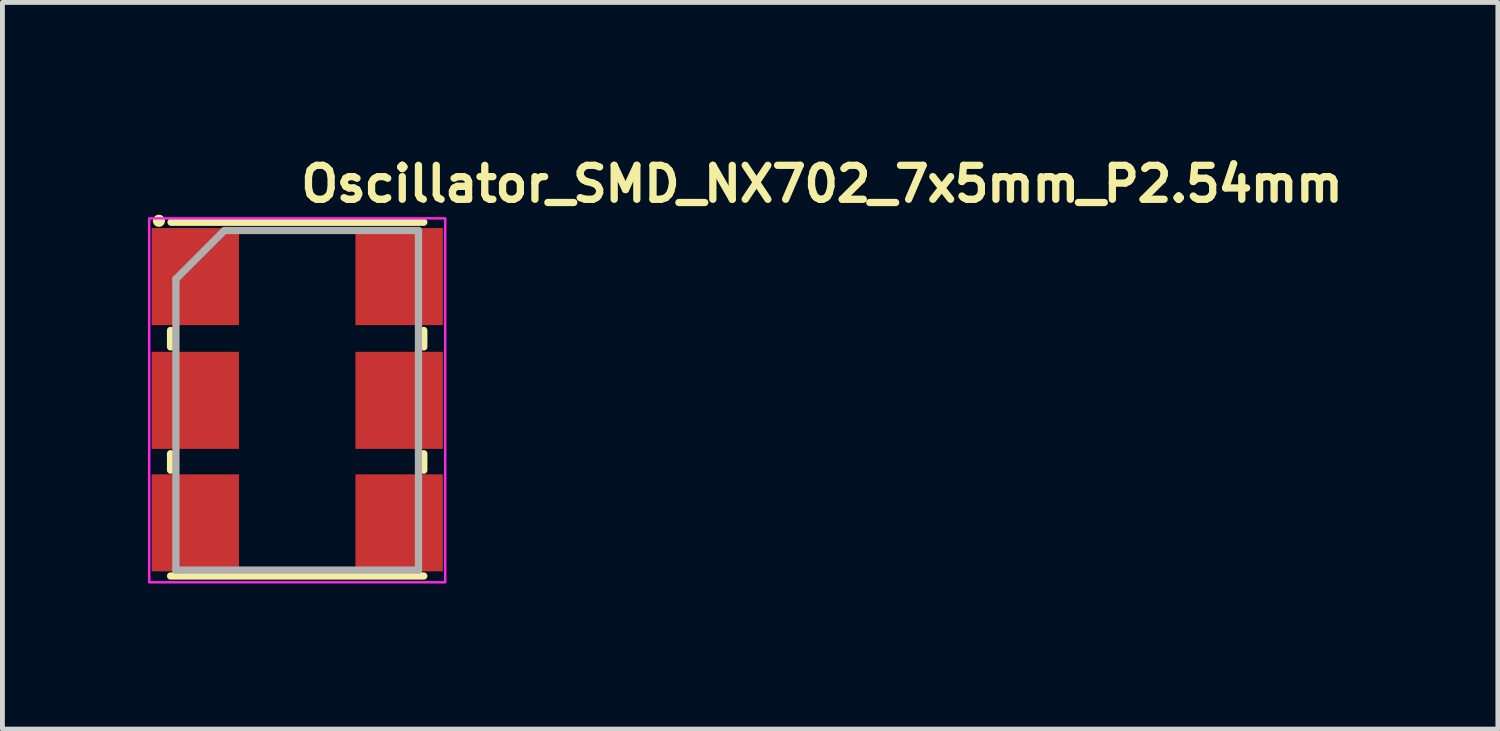
<source format=kicad_pcb>
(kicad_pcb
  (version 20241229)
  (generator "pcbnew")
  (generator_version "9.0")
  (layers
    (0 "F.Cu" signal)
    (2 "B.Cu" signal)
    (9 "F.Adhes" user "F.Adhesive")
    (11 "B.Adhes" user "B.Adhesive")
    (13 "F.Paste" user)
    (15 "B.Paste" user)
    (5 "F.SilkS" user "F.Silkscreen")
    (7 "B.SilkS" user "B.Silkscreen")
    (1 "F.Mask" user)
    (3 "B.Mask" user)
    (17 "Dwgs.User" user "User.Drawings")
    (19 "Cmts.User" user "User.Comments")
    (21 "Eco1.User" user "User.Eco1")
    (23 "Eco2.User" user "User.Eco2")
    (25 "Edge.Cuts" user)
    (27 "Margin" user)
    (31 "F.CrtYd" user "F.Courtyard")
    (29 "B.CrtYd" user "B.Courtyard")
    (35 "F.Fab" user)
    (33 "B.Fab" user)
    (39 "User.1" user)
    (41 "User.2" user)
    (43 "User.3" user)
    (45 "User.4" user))
  (footprint "Oscillator_SMD_NX702_7x5mm_P2.54mm"
    (layer "F.Cu")
    (at 3.075 5.2)
    (property "Reference" "Oscillator_SMD_NX702_7x5mm_P2.54mm" (at 0 -4.05 0) (layer "F.SilkS") (effects (font (size 0.7 0.7) (thickness 0.15)) (justify left bottom)))
    (attr smd)
    (fp_line (start -2.61 -1.101) (end -2.61 -1.44) (stroke (width 0.15) (type solid)) (layer "F.SilkS"))
    (fp_line (start -2.61 1.439) (end -2.61 1.1) (stroke (width 0.15) (type solid)) (layer "F.SilkS"))
    (fp_line (start -2.6 -3.671) (end 2.608 -3.671) (stroke (width 0.15) (type solid)) (layer "F.SilkS"))
    (fp_line (start 2.608 -1.44) (end 2.608 -1.101) (stroke (width 0.15) (type solid)) (layer "F.SilkS"))
    (fp_line (start 2.608 1.1) (end 2.608 1.439) (stroke (width 0.15) (type solid)) (layer "F.SilkS"))
    (fp_line (start 2.608 3.62) (end -2.61 3.62) (stroke (width 0.15) (type solid)) (layer "F.SilkS"))
    (fp_circle (center -2.85 -3.7) (end -2.8 -3.7) (stroke (width 0.15) (type solid)) (fill yes) (layer "F.SilkS"))
    (fp_rect (start -3.05 -3.75) (end 3.05 3.75) (stroke (width 0.05) (type solid)) (fill no) (layer "F.CrtYd"))
    (fp_line (start -2.5 -2.5) (end -2.5 3.499) (stroke (width 0.15) (type solid)) (layer "F.Fab"))
    (fp_line (start -2.5 3.499) (end 2.499 3.499) (stroke (width 0.15) (type solid)) (layer "F.Fab"))
    (fp_line (start -1.5 -3.5) (end -2.5 -2.5) (stroke (width 0.15) (type solid)) (layer "F.Fab"))
    (fp_line (start 2.499 -3.5) (end -1.5 -3.5) (stroke (width 0.15) (type solid)) (layer "F.Fab"))
    (fp_line (start 2.499 3.499) (end 2.499 -3.5) (stroke (width 0.15) (type solid)) (layer "F.Fab"))
    (fp_rect (start -2.5 -3.5) (end 2.5 3.5) (stroke (width 0.1) (type solid)) (fill no) (layer "User.5"))
    (fp_line (start -2.5 -3.215) (end -2.5 -3.2) (stroke (width 0.02) (type solid)) (layer "User.9"))
    (fp_line (start -2.5 -3.2) (end -2.5 -2.84) (stroke (width 0.02) (type solid)) (layer "User.9"))
    (fp_line (start -2.5 -2.24) (end -2.5 -0.3) (stroke (width 0.02) (type solid)) (layer "User.9"))
    (fp_line (start -2.5 -2.24) (end -2.485 -2.24) (stroke (width 0.02) (type solid)) (layer "User.9"))
    (fp_line (start -2.5 0.3) (end -2.5 2.24) (stroke (width 0.02) (type solid)) (layer "User.9"))
    (fp_line (start -2.5 0.3) (end -2.48 0.299) (stroke (width 0.02) (type solid)) (layer "User.9"))
    (fp_line (start -2.5 2.84) (end -2.5 3.2) (stroke (width 0.02) (type solid)) (layer "User.9"))
    (fp_line (start -2.5 2.84) (end -2.485 2.84) (stroke (width 0.02) (type solid)) (layer "User.9"))
    (fp_line (start -2.5 3.2) (end -2.5 3.215) (stroke (width 0.02) (type solid)) (layer "User.9"))
    (fp_line (start -2.5 3.215) (end -2.499 3.23) (stroke (width 0.02) (type solid)) (layer "User.9"))
    (fp_line (start -2.499 -3.23) (end -2.5 -3.215) (stroke (width 0.02) (type solid)) (layer "User.9"))
    (fp_line (start -2.499 3.23) (end -2.497 3.244) (stroke (width 0.02) (type solid)) (layer "User.9"))
    (fp_line (start -2.497 -3.244) (end -2.499 -3.23) (stroke (width 0.02) (type solid)) (layer "User.9"))
    (fp_line (start -2.497 3.244) (end -2.494 3.259) (stroke (width 0.02) (type solid)) (layer "User.9"))
    (fp_line (start -2.494 -3.259) (end -2.497 -3.244) (stroke (width 0.02) (type solid)) (layer "User.9"))
    (fp_line (start -2.494 3.259) (end -2.491 3.273) (stroke (width 0.02) (type solid)) (layer "User.9"))
    (fp_line (start -2.491 -3.273) (end -2.494 -3.259) (stroke (width 0.02) (type solid)) (layer "User.9"))
    (fp_line (start -2.491 3.273) (end -2.487 3.287) (stroke (width 0.02) (type solid)) (layer "User.9"))
    (fp_line (start -2.49 -0.3) (end -2.5 -0.3) (stroke (width 0.02) (type solid)) (layer "User.9"))
    (fp_line (start -2.487 -3.287) (end -2.491 -3.273) (stroke (width 0.02) (type solid)) (layer "User.9"))
    (fp_line (start -2.487 3.287) (end -2.482 3.301) (stroke (width 0.02) (type solid)) (layer "User.9"))
    (fp_line (start -2.485 -2.84) (end -2.5 -2.84) (stroke (width 0.02) (type solid)) (layer "User.9"))
    (fp_line (start -2.485 -2.24) (end -2.469 -2.242) (stroke (width 0.02) (type solid)) (layer "User.9"))
    (fp_line (start -2.485 2.24) (end -2.5 2.24) (stroke (width 0.02) (type solid)) (layer "User.9"))
    (fp_line (start -2.485 2.84) (end -2.469 2.838) (stroke (width 0.02) (type solid)) (layer "User.9"))
    (fp_line (start -2.482 -3.301) (end -2.487 -3.287) (stroke (width 0.02) (type solid)) (layer "User.9"))
    (fp_line (start -2.482 3.301) (end -2.477 3.315) (stroke (width 0.02) (type solid)) (layer "User.9"))
    (fp_line (start -2.48 -0.299) (end -2.49 -0.3) (stroke (width 0.02) (type solid)) (layer "User.9"))
    (fp_line (start -2.48 0.299) (end -2.46 0.297) (stroke (width 0.02) (type solid)) (layer "User.9"))
    (fp_line (start -2.477 -3.315) (end -2.482 -3.301) (stroke (width 0.02) (type solid)) (layer "User.9"))
    (fp_line (start -2.477 3.315) (end -2.471 3.328) (stroke (width 0.02) (type solid)) (layer "User.9"))
    (fp_line (start -2.471 -3.328) (end -2.477 -3.315) (stroke (width 0.02) (type solid)) (layer "User.9"))
    (fp_line (start -2.471 3.328) (end -2.465 3.341) (stroke (width 0.02) (type solid)) (layer "User.9"))
    (fp_line (start -2.47 -0.299) (end -2.48 -0.299) (stroke (width 0.02) (type solid)) (layer "User.9"))
    (fp_line (start -2.469 -2.838) (end -2.485 -2.84) (stroke (width 0.02) (type solid)) (layer "User.9"))
    (fp_line (start -2.469 -2.242) (end -2.454 -2.243) (stroke (width 0.02) (type solid)) (layer "User.9"))
    (fp_line (start -2.469 2.242) (end -2.485 2.24) (stroke (width 0.02) (type solid)) (layer "User.9"))
    (fp_line (start -2.469 2.838) (end -2.454 2.837) (stroke (width 0.02) (type solid)) (layer "User.9"))
    (fp_line (start -2.465 -3.341) (end -2.471 -3.328) (stroke (width 0.02) (type solid)) (layer "User.9"))
    (fp_line (start -2.465 3.341) (end -2.457 3.354) (stroke (width 0.02) (type solid)) (layer "User.9"))
    (fp_line (start -2.46 -0.297) (end -2.47 -0.299) (stroke (width 0.02) (type solid)) (layer "User.9"))
    (fp_line (start -2.46 0.297) (end -2.441 0.294) (stroke (width 0.02) (type solid)) (layer "User.9"))
    (fp_line (start -2.457 -3.354) (end -2.465 -3.341) (stroke (width 0.02) (type solid)) (layer "User.9"))
    (fp_line (start -2.457 3.354) (end -2.45 3.366) (stroke (width 0.02) (type solid)) (layer "User.9"))
    (fp_line (start -2.454 -2.837) (end -2.469 -2.838) (stroke (width 0.02) (type solid)) (layer "User.9"))
    (fp_line (start -2.454 -2.243) (end -2.44 -2.246) (stroke (width 0.02) (type solid)) (layer "User.9"))
    (fp_line (start -2.454 2.243) (end -2.469 2.242) (stroke (width 0.02) (type solid)) (layer "User.9"))
    (fp_line (start -2.454 2.837) (end -2.44 2.834) (stroke (width 0.02) (type solid)) (layer "User.9"))
    (fp_line (start -2.45 -3.366) (end -2.457 -3.354) (stroke (width 0.02) (type solid)) (layer "User.9"))
    (fp_line (start -2.45 -0.296) (end -2.46 -0.297) (stroke (width 0.02) (type solid)) (layer "User.9"))
    (fp_line (start -2.45 3.366) (end -2.441 3.378) (stroke (width 0.02) (type solid)) (layer "User.9"))
    (fp_line (start -2.441 -3.378) (end -2.45 -3.366) (stroke (width 0.02) (type solid)) (layer "User.9"))
    (fp_line (start -2.441 -0.294) (end -2.45 -0.296) (stroke (width 0.02) (type solid)) (layer "User.9"))
    (fp_line (start -2.441 0.294) (end -2.422 0.29) (stroke (width 0.02) (type solid)) (layer "User.9"))
    (fp_line (start -2.441 3.378) (end -2.432 3.39) (stroke (width 0.02) (type solid)) (layer "User.9"))
    (fp_line (start -2.44 -2.834) (end -2.454 -2.837) (stroke (width 0.02) (type solid)) (layer "User.9"))
    (fp_line (start -2.44 -2.246) (end -2.425 -2.249) (stroke (width 0.02) (type solid)) (layer "User.9"))
    (fp_line (start -2.44 2.246) (end -2.454 2.243) (stroke (width 0.02) (type solid)) (layer "User.9"))
    (fp_line (start -2.44 2.834) (end -2.425 2.831) (stroke (width 0.02) (type solid)) (layer "User.9"))
    (fp_line (start -2.432 -3.39) (end -2.441 -3.378) (stroke (width 0.02) (type solid)) (layer "User.9"))
    (fp_line (start -2.432 3.39) (end -2.422 3.401) (stroke (width 0.02) (type solid)) (layer "User.9"))
    (fp_line (start -2.431 -0.292) (end -2.441 -0.294) (stroke (width 0.02) (type solid)) (layer "User.9"))
    (fp_line (start -2.425 -2.831) (end -2.44 -2.834) (stroke (width 0.02) (type solid)) (layer "User.9"))
    (fp_line (start -2.425 -2.249) (end -2.411 -2.254) (stroke (width 0.02) (type solid)) (layer "User.9"))
    (fp_line (start -2.425 2.249) (end -2.44 2.246) (stroke (width 0.02) (type solid)) (layer "User.9"))
    (fp_line (start -2.425 2.831) (end -2.411 2.826) (stroke (width 0.02) (type solid)) (layer "User.9"))
    (fp_line (start -2.422 -3.401) (end -2.432 -3.39) (stroke (width 0.02) (type solid)) (layer "User.9"))
    (fp_line (start -2.422 -0.29) (end -2.431 -0.292) (stroke (width 0.02) (type solid)) (layer "User.9"))
    (fp_line (start -2.422 0.29) (end -2.403 0.284) (stroke (width 0.02) (type solid)) (layer "User.9"))
    (fp_line (start -2.422 3.401) (end -2.412 3.412) (stroke (width 0.02) (type solid)) (layer "User.9"))
    (fp_line (start -2.412 -3.412) (end -2.422 -3.401) (stroke (width 0.02) (type solid)) (layer "User.9"))
    (fp_line (start -2.412 -3.412) (end -2.412 -3.412) (stroke (width 0.02) (type solid)) (layer "User.9"))
    (fp_line (start -2.412 -0.287) (end -2.422 -0.29) (stroke (width 0.02) (type solid)) (layer "User.9"))
    (fp_line (start -2.412 3.412) (end -2.412 3.412) (stroke (width 0.02) (type solid)) (layer "User.9"))
    (fp_line (start -2.412 3.412) (end -2.401 3.422) (stroke (width 0.02) (type solid)) (layer "User.9"))
    (fp_line (start -2.411 -2.826) (end -2.425 -2.831) (stroke (width 0.02) (type solid)) (layer "User.9"))
    (fp_line (start -2.411 -2.254) (end -2.397 -2.258) (stroke (width 0.02) (type solid)) (layer "User.9"))
    (fp_line (start -2.411 2.254) (end -2.425 2.249) (stroke (width 0.02) (type solid)) (layer "User.9"))
    (fp_line (start -2.411 2.826) (end -2.397 2.822) (stroke (width 0.02) (type solid)) (layer "User.9"))
    (fp_line (start -2.403 -0.284) (end -2.412 -0.287) (stroke (width 0.02) (type solid)) (layer "User.9"))
    (fp_line (start -2.403 0.284) (end -2.385 0.277) (stroke (width 0.02) (type solid)) (layer "User.9"))
    (fp_line (start -2.401 -3.422) (end -2.412 -3.412) (stroke (width 0.02) (type solid)) (layer "User.9"))
    (fp_line (start -2.401 3.422) (end -2.39 3.432) (stroke (width 0.02) (type solid)) (layer "User.9"))
    (fp_line (start -2.397 -2.822) (end -2.411 -2.826) (stroke (width 0.02) (type solid)) (layer "User.9"))
    (fp_line (start -2.397 -2.258) (end -2.383 -2.264) (stroke (width 0.02) (type solid)) (layer "User.9"))
    (fp_line (start -2.397 2.258) (end -2.411 2.254) (stroke (width 0.02) (type solid)) (layer "User.9"))
    (fp_line (start -2.397 2.822) (end -2.383 2.816) (stroke (width 0.02) (type solid)) (layer "User.9"))
    (fp_line (start -2.394 -0.281) (end -2.403 -0.284) (stroke (width 0.02) (type solid)) (layer "User.9"))
    (fp_line (start -2.39 -3.432) (end -2.401 -3.422) (stroke (width 0.02) (type solid)) (layer "User.9"))
    (fp_line (start -2.39 3.432) (end -2.378 3.441) (stroke (width 0.02) (type solid)) (layer "User.9"))
    (fp_line (start -2.385 -0.277) (end -2.394 -0.281) (stroke (width 0.02) (type solid)) (layer "User.9"))
    (fp_line (start -2.385 0.277) (end -2.367 0.269) (stroke (width 0.02) (type solid)) (layer "User.9"))
    (fp_line (start -2.383 -2.816) (end -2.397 -2.822) (stroke (width 0.02) (type solid)) (layer "User.9"))
    (fp_line (start -2.383 -2.264) (end -2.37 -2.27) (stroke (width 0.02) (type solid)) (layer "User.9"))
    (fp_line (start -2.383 2.264) (end -2.397 2.258) (stroke (width 0.02) (type solid)) (layer "User.9"))
    (fp_line (start -2.383 2.816) (end -2.37 2.81) (stroke (width 0.02) (type solid)) (layer "User.9"))
    (fp_line (start -2.378 -3.441) (end -2.39 -3.432) (stroke (width 0.02) (type solid)) (layer "User.9"))
    (fp_line (start -2.378 3.441) (end -2.366 3.45) (stroke (width 0.02) (type solid)) (layer "User.9"))
    (fp_line (start -2.376 -0.273) (end -2.385 -0.277) (stroke (width 0.02) (type solid)) (layer "User.9"))
    (fp_line (start -2.37 -2.81) (end -2.383 -2.816) (stroke (width 0.02) (type solid)) (layer "User.9"))
    (fp_line (start -2.37 -2.27) (end -2.357 -2.276) (stroke (width 0.02) (type solid)) (layer "User.9"))
    (fp_line (start -2.37 2.27) (end -2.383 2.264) (stroke (width 0.02) (type solid)) (layer "User.9"))
    (fp_line (start -2.37 2.81) (end -2.357 2.804) (stroke (width 0.02) (type solid)) (layer "User.9"))
    (fp_line (start -2.367 -0.269) (end -2.376 -0.273) (stroke (width 0.02) (type solid)) (layer "User.9"))
    (fp_line (start -2.367 0.269) (end -2.35 0.26) (stroke (width 0.02) (type solid)) (layer "User.9"))
    (fp_line (start -2.366 -3.45) (end -2.378 -3.441) (stroke (width 0.02) (type solid)) (layer "User.9"))
    (fp_line (start -2.366 3.45) (end -2.354 3.457) (stroke (width 0.02) (type solid)) (layer "User.9"))
    (fp_line (start -2.358 -0.265) (end -2.367 -0.269) (stroke (width 0.02) (type solid)) (layer "User.9"))
    (fp_line (start -2.357 -2.804) (end -2.37 -2.81) (stroke (width 0.02) (type solid)) (layer "User.9"))
    (fp_line (start -2.357 -2.276) (end -2.345 -2.283) (stroke (width 0.02) (type solid)) (layer "User.9"))
    (fp_line (start -2.357 2.276) (end -2.37 2.27) (stroke (width 0.02) (type solid)) (layer "User.9"))
    (fp_line (start -2.357 2.804) (end -2.345 2.797) (stroke (width 0.02) (type solid)) (layer "User.9"))
    (fp_line (start -2.354 -3.457) (end -2.366 -3.45) (stroke (width 0.02) (type solid)) (layer "User.9"))
    (fp_line (start -2.354 3.457) (end -2.341 3.465) (stroke (width 0.02) (type solid)) (layer "User.9"))
    (fp_line (start -2.35 -0.26) (end -2.358 -0.265) (stroke (width 0.02) (type solid)) (layer "User.9"))
    (fp_line (start -2.35 0.26) (end -2.334 0.25) (stroke (width 0.02) (type solid)) (layer "User.9"))
    (fp_line (start -2.345 -2.283) (end -2.332 -2.291) (stroke (width 0.02) (type solid)) (layer "User.9"))
    (fp_line (start -2.345 2.797) (end -2.332 2.789) (stroke (width 0.02) (type solid)) (layer "User.9"))
    (fp_line (start -2.344 -2.797) (end -2.357 -2.804) (stroke (width 0.02) (type solid)) (layer "User.9"))
    (fp_line (start -2.344 2.283) (end -2.357 2.276) (stroke (width 0.02) (type solid)) (layer "User.9"))
    (fp_line (start -2.342 -0.255) (end -2.35 -0.26) (stroke (width 0.02) (type solid)) (layer "User.9"))
    (fp_line (start -2.341 -3.465) (end -2.354 -3.457) (stroke (width 0.02) (type solid)) (layer "User.9"))
    (fp_line (start -2.341 3.465) (end -2.328 3.471) (stroke (width 0.02) (type solid)) (layer "User.9"))
    (fp_line (start -2.334 -0.25) (end -2.342 -0.255) (stroke (width 0.02) (type solid)) (layer "User.9"))
    (fp_line (start -2.334 0.25) (end -2.318 0.238) (stroke (width 0.02) (type solid)) (layer "User.9"))
    (fp_line (start -2.332 -2.789) (end -2.344 -2.797) (stroke (width 0.02) (type solid)) (layer "User.9"))
    (fp_line (start -2.332 -2.291) (end -2.321 -2.3) (stroke (width 0.02) (type solid)) (layer "User.9"))
    (fp_line (start -2.332 2.291) (end -2.344 2.283) (stroke (width 0.02) (type solid)) (layer "User.9"))
    (fp_line (start -2.332 2.789) (end -2.321 2.78) (stroke (width 0.02) (type solid)) (layer "User.9"))
    (fp_line (start -2.328 -3.471) (end -2.341 -3.465) (stroke (width 0.02) (type solid)) (layer "User.9"))
    (fp_line (start -2.328 3.471) (end -2.315 3.477) (stroke (width 0.02) (type solid)) (layer "User.9"))
    (fp_line (start -2.326 -0.244) (end -2.334 -0.25) (stroke (width 0.02) (type solid)) (layer "User.9"))
    (fp_line (start -2.321 -2.78) (end -2.332 -2.789) (stroke (width 0.02) (type solid)) (layer "User.9"))
    (fp_line (start -2.321 -2.3) (end -2.309 -2.309) (stroke (width 0.02) (type solid)) (layer "User.9"))
    (fp_line (start -2.321 2.3) (end -2.332 2.291) (stroke (width 0.02) (type solid)) (layer "User.9"))
    (fp_line (start -2.321 2.78) (end -2.309 2.771) (stroke (width 0.02) (type solid)) (layer "User.9"))
    (fp_line (start -2.318 -0.238) (end -2.326 -0.244) (stroke (width 0.02) (type solid)) (layer "User.9"))
    (fp_line (start -2.318 0.238) (end -2.303 0.226) (stroke (width 0.02) (type solid)) (layer "User.9"))
    (fp_line (start -2.315 -3.477) (end -2.328 -3.471) (stroke (width 0.02) (type solid)) (layer "User.9"))
    (fp_line (start -2.315 3.477) (end -2.301 3.482) (stroke (width 0.02) (type solid)) (layer "User.9"))
    (fp_line (start -2.31 -0.232) (end -2.318 -0.238) (stroke (width 0.02) (type solid)) (layer "User.9"))
    (fp_line (start -2.309 -2.771) (end -2.321 -2.78) (stroke (width 0.02) (type solid)) (layer "User.9"))
    (fp_line (start -2.309 -2.309) (end -2.298 -2.318) (stroke (width 0.02) (type solid)) (layer "User.9"))
    (fp_line (start -2.309 2.309) (end -2.321 2.3) (stroke (width 0.02) (type solid)) (layer "User.9"))
    (fp_line (start -2.309 2.771) (end -2.298 2.762) (stroke (width 0.02) (type solid)) (layer "User.9"))
    (fp_line (start -2.303 -0.226) (end -2.31 -0.232) (stroke (width 0.02) (type solid)) (layer "User.9"))
    (fp_line (start -2.303 0.226) (end -2.288 0.213) (stroke (width 0.02) (type solid)) (layer "User.9"))
    (fp_line (start -2.301 -3.482) (end -2.315 -3.477) (stroke (width 0.02) (type solid)) (layer "User.9"))
    (fp_line (start -2.301 3.482) (end -2.287 3.487) (stroke (width 0.02) (type solid)) (layer "User.9"))
    (fp_line (start -2.298 -2.762) (end -2.309 -2.771) (stroke (width 0.02) (type solid)) (layer "User.9"))
    (fp_line (start -2.298 -2.318) (end -2.288 -2.328) (stroke (width 0.02) (type solid)) (layer "User.9"))
    (fp_line (start -2.298 2.318) (end -2.309 2.309) (stroke (width 0.02) (type solid)) (layer "User.9"))
    (fp_line (start -2.298 2.762) (end -2.288 2.752) (stroke (width 0.02) (type solid)) (layer "User.9"))
    (fp_line (start -2.295 -0.219) (end -2.303 -0.226) (stroke (width 0.02) (type solid)) (layer "User.9"))
    (fp_line (start -2.288 -2.752) (end -2.298 -2.762) (stroke (width 0.02) (type solid)) (layer "User.9"))
    (fp_line (start -2.288 -2.328) (end -2.278 -2.338) (stroke (width 0.02) (type solid)) (layer "User.9"))
    (fp_line (start -2.288 -0.213) (end -2.295 -0.219) (stroke (width 0.02) (type solid)) (layer "User.9"))
    (fp_line (start -2.288 0.213) (end -2.275 0.198) (stroke (width 0.02) (type solid)) (layer "User.9"))
    (fp_line (start -2.288 2.328) (end -2.298 2.318) (stroke (width 0.02) (type solid)) (layer "User.9"))
    (fp_line (start -2.288 2.752) (end -2.278 2.742) (stroke (width 0.02) (type solid)) (layer "User.9"))
    (fp_line (start -2.287 -3.487) (end -2.301 -3.482) (stroke (width 0.02) (type solid)) (layer "User.9"))
    (fp_line (start -2.287 3.487) (end -2.273 3.491) (stroke (width 0.02) (type solid)) (layer "User.9"))
    (fp_line (start -2.281 -0.206) (end -2.288 -0.213) (stroke (width 0.02) (type solid)) (layer "User.9"))
    (fp_line (start -2.278 -2.742) (end -2.288 -2.752) (stroke (width 0.02) (type solid)) (layer "User.9"))
    (fp_line (start -2.278 -2.338) (end -2.269 -2.349) (stroke (width 0.02) (type solid)) (layer "User.9"))
    (fp_line (start -2.278 2.338) (end -2.288 2.328) (stroke (width 0.02) (type solid)) (layer "User.9"))
    (fp_line (start -2.278 2.742) (end -2.269 2.731) (stroke (width 0.02) (type solid)) (layer "User.9"))
    (fp_line (start -2.275 -0.198) (end -2.281 -0.206) (stroke (width 0.02) (type solid)) (layer "User.9"))
    (fp_line (start -2.275 0.198) (end -2.262 0.183) (stroke (width 0.02) (type solid)) (layer "User.9"))
    (fp_line (start -2.273 -3.491) (end -2.287 -3.487) (stroke (width 0.02) (type solid)) (layer "User.9"))
    (fp_line (start -2.273 3.491) (end -2.259 3.494) (stroke (width 0.02) (type solid)) (layer "User.9"))
    (fp_line (start -2.269 -2.731) (end -2.278 -2.742) (stroke (width 0.02) (type solid)) (layer "User.9"))
    (fp_line (start -2.269 -2.349) (end -2.26 -2.361) (stroke (width 0.02) (type solid)) (layer "User.9"))
    (fp_line (start -2.269 2.349) (end -2.278 2.338) (stroke (width 0.02) (type solid)) (layer "User.9"))
    (fp_line (start -2.269 2.731) (end -2.26 2.719) (stroke (width 0.02) (type solid)) (layer "User.9"))
    (fp_line (start -2.268 -0.191) (end -2.275 -0.198) (stroke (width 0.02) (type solid)) (layer "User.9"))
    (fp_line (start -2.262 -0.183) (end -2.268 -0.191) (stroke (width 0.02) (type solid)) (layer "User.9"))
    (fp_line (start -2.262 0.183) (end -2.251 0.167) (stroke (width 0.02) (type solid)) (layer "User.9"))
    (fp_line (start -2.26 -2.719) (end -2.269 -2.731) (stroke (width 0.02) (type solid)) (layer "User.9"))
    (fp_line (start -2.26 -2.361) (end -2.251 -2.372) (stroke (width 0.02) (type solid)) (layer "User.9"))
    (fp_line (start -2.26 2.361) (end -2.269 2.349) (stroke (width 0.02) (type solid)) (layer "User.9"))
    (fp_line (start -2.26 2.719) (end -2.251 2.708) (stroke (width 0.02) (type solid)) (layer "User.9"))
    (fp_line (start -2.259 -3.494) (end -2.273 -3.491) (stroke (width 0.02) (type solid)) (layer "User.9"))
    (fp_line (start -2.259 3.494) (end -2.244 3.497) (stroke (width 0.02) (type solid)) (layer "User.9"))
    (fp_line (start -2.256 -0.175) (end -2.262 -0.183) (stroke (width 0.02) (type solid)) (layer "User.9"))
    (fp_line (start -2.251 -2.708) (end -2.26 -2.719) (stroke (width 0.02) (type solid)) (layer "User.9"))
    (fp_line (start -2.251 -2.372) (end -2.244 -2.384) (stroke (width 0.02) (type solid)) (layer "User.9"))
    (fp_line (start -2.251 -0.167) (end -2.256 -0.175) (stroke (width 0.02) (type solid)) (layer "User.9"))
    (fp_line (start -2.251 0.167) (end -2.24 0.15) (stroke (width 0.02) (type solid)) (layer "User.9"))
    (fp_line (start -2.251 2.372) (end -2.26 2.361) (stroke (width 0.02) (type solid)) (layer "User.9"))
    (fp_line (start -2.251 2.708) (end -2.244 2.696) (stroke (width 0.02) (type solid)) (layer "User.9"))
    (fp_line (start -2.245 -0.159) (end -2.251 -0.167) (stroke (width 0.02) (type solid)) (layer "User.9"))
    (fp_line (start -2.244 -3.497) (end -2.259 -3.494) (stroke (width 0.02) (type solid)) (layer "User.9"))
    (fp_line (start -2.244 -2.696) (end -2.251 -2.708) (stroke (width 0.02) (type solid)) (layer "User.9"))
    (fp_line (start -2.244 -2.384) (end -2.236 -2.397) (stroke (width 0.02) (type solid)) (layer "User.9"))
    (fp_line (start -2.244 2.384) (end -2.251 2.372) (stroke (width 0.02) (type solid)) (layer "User.9"))
    (fp_line (start -2.244 2.696) (end -2.236 2.683) (stroke (width 0.02) (type solid)) (layer "User.9"))
    (fp_line (start -2.244 3.497) (end -2.23 3.499) (stroke (width 0.02) (type solid)) (layer "User.9"))
    (fp_line (start -2.24 -0.15) (end -2.245 -0.159) (stroke (width 0.02) (type solid)) (layer "User.9"))
    (fp_line (start -2.24 -0.15) (end -2.24 -0.15) (stroke (width 0.02) (type solid)) (layer "User.9"))
    (fp_line (start -2.24 0.15) (end -2.24 0.15) (stroke (width 0.02) (type solid)) (layer "User.9"))
    (fp_line (start -2.24 0.15) (end -2.231 0.132) (stroke (width 0.02) (type solid)) (layer "User.9"))
    (fp_line (start -2.236 -2.683) (end -2.244 -2.696) (stroke (width 0.02) (type solid)) (layer "User.9"))
    (fp_line (start -2.236 -2.397) (end -2.23 -2.41) (stroke (width 0.02) (type solid)) (layer "User.9"))
    (fp_line (start -2.236 2.397) (end -2.244 2.384) (stroke (width 0.02) (type solid)) (layer "User.9"))
    (fp_line (start -2.236 2.683) (end -2.23 2.67) (stroke (width 0.02) (type solid)) (layer "User.9"))
    (fp_line (start -2.231 -0.132) (end -2.24 -0.15) (stroke (width 0.02) (type solid)) (layer "User.9"))
    (fp_line (start -2.231 0.132) (end -2.223 0.114) (stroke (width 0.02) (type solid)) (layer "User.9"))
    (fp_line (start -2.23 -3.499) (end -2.244 -3.497) (stroke (width 0.02) (type solid)) (layer "User.9"))
    (fp_line (start -2.23 -2.67) (end -2.236 -2.683) (stroke (width 0.02) (type solid)) (layer "User.9"))
    (fp_line (start -2.23 -2.41) (end -2.224 -2.423) (stroke (width 0.02) (type solid)) (layer "User.9"))
    (fp_line (start -2.23 2.41) (end -2.236 2.397) (stroke (width 0.02) (type solid)) (layer "User.9"))
    (fp_line (start -2.23 2.67) (end -2.224 2.657) (stroke (width 0.02) (type solid)) (layer "User.9"))
    (fp_line (start -2.23 3.499) (end -2.215 3.5) (stroke (width 0.02) (type solid)) (layer "User.9"))
    (fp_line (start -2.224 -2.657) (end -2.23 -2.67) (stroke (width 0.02) (type solid)) (layer "User.9"))
    (fp_line (start -2.224 -2.423) (end -2.218 -2.437) (stroke (width 0.02) (type solid)) (layer "User.9"))
    (fp_line (start -2.224 2.423) (end -2.23 2.41) (stroke (width 0.02) (type solid)) (layer "User.9"))
    (fp_line (start -2.224 2.657) (end -2.218 2.643) (stroke (width 0.02) (type solid)) (layer "User.9"))
    (fp_line (start -2.223 -0.114) (end -2.231 -0.132) (stroke (width 0.02) (type solid)) (layer "User.9"))
    (fp_line (start -2.223 0.114) (end -2.216 0.096) (stroke (width 0.02) (type solid)) (layer "User.9"))
    (fp_line (start -2.218 -2.643) (end -2.224 -2.657) (stroke (width 0.02) (type solid)) (layer "User.9"))
    (fp_line (start -2.218 -2.437) (end -2.214 -2.451) (stroke (width 0.02) (type solid)) (layer "User.9"))
    (fp_line (start -2.218 2.437) (end -2.224 2.423) (stroke (width 0.02) (type solid)) (layer "User.9"))
    (fp_line (start -2.218 2.643) (end -2.214 2.629) (stroke (width 0.02) (type solid)) (layer "User.9"))
    (fp_line (start -2.216 -0.096) (end -2.223 -0.114) (stroke (width 0.02) (type solid)) (layer "User.9"))
    (fp_line (start -2.216 0.096) (end -2.21 0.077) (stroke (width 0.02) (type solid)) (layer "User.9"))
    (fp_line (start -2.215 -3.5) (end -2.23 -3.499) (stroke (width 0.02) (type solid)) (layer "User.9"))
    (fp_line (start -2.215 3.5) (end -2.2 3.5) (stroke (width 0.02) (type solid)) (layer "User.9"))
    (fp_line (start -2.214 -2.629) (end -2.218 -2.643) (stroke (width 0.02) (type solid)) (layer "User.9"))
    (fp_line (start -2.214 -2.451) (end -2.21 -2.465) (stroke (width 0.02) (type solid)) (layer "User.9"))
    (fp_line (start -2.214 2.451) (end -2.218 2.437) (stroke (width 0.02) (type solid)) (layer "User.9"))
    (fp_line (start -2.214 2.629) (end -2.21 2.615) (stroke (width 0.02) (type solid)) (layer "User.9"))
    (fp_line (start -2.21 -2.615) (end -2.214 -2.629) (stroke (width 0.02) (type solid)) (layer "User.9"))
    (fp_line (start -2.21 -2.465) (end -2.206 -2.48) (stroke (width 0.02) (type solid)) (layer "User.9"))
    (fp_line (start -2.21 -0.077) (end -2.216 -0.096) (stroke (width 0.02) (type solid)) (layer "User.9"))
    (fp_line (start -2.21 0.077) (end -2.206 0.058) (stroke (width 0.02) (type solid)) (layer "User.9"))
    (fp_line (start -2.21 2.465) (end -2.214 2.451) (stroke (width 0.02) (type solid)) (layer "User.9"))
    (fp_line (start -2.21 2.615) (end -2.206 2.6) (stroke (width 0.02) (type solid)) (layer "User.9"))
    (fp_line (start -2.206 -2.6) (end -2.21 -2.615) (stroke (width 0.02) (type solid)) (layer "User.9"))
    (fp_line (start -2.206 -2.48) (end -2.204 -2.494) (stroke (width 0.02) (type solid)) (layer "User.9"))
    (fp_line (start -2.206 -0.058) (end -2.21 -0.077) (stroke (width 0.02) (type solid)) (layer "User.9"))
    (fp_line (start -2.206 0.058) (end -2.203 0.039) (stroke (width 0.02) (type solid)) (layer "User.9"))
    (fp_line (start -2.206 2.48) (end -2.21 2.465) (stroke (width 0.02) (type solid)) (layer "User.9"))
    (fp_line (start -2.206 2.6) (end -2.204 2.586) (stroke (width 0.02) (type solid)) (layer "User.9"))
    (fp_line (start -2.204 -2.586) (end -2.206 -2.6) (stroke (width 0.02) (type solid)) (layer "User.9"))
    (fp_line (start -2.204 -2.494) (end -2.202 -2.509) (stroke (width 0.02) (type solid)) (layer "User.9"))
    (fp_line (start -2.204 2.494) (end -2.206 2.48) (stroke (width 0.02) (type solid)) (layer "User.9"))
    (fp_line (start -2.204 2.586) (end -2.202 2.571) (stroke (width 0.02) (type solid)) (layer "User.9"))
    (fp_line (start -2.203 -0.039) (end -2.206 -0.058) (stroke (width 0.02) (type solid)) (layer "User.9"))
    (fp_line (start -2.203 0.039) (end -2.201 0.019) (stroke (width 0.02) (type solid)) (layer "User.9"))
    (fp_line (start -2.202 -2.571) (end -2.204 -2.586) (stroke (width 0.02) (type solid)) (layer "User.9"))
    (fp_line (start -2.202 -2.509) (end -2.201 -2.525) (stroke (width 0.02) (type solid)) (layer "User.9"))
    (fp_line (start -2.202 2.509) (end -2.204 2.494) (stroke (width 0.02) (type solid)) (layer "User.9"))
    (fp_line (start -2.202 2.571) (end -2.201 2.555) (stroke (width 0.02) (type solid)) (layer "User.9"))
    (fp_line (start -2.201 -2.555) (end -2.202 -2.571) (stroke (width 0.02) (type solid)) (layer "User.9"))
    (fp_line (start -2.201 -2.525) (end -2.2 -2.54) (stroke (width 0.02) (type solid)) (layer "User.9"))
    (fp_line (start -2.201 -0.019) (end -2.203 -0.039) (stroke (width 0.02) (type solid)) (layer "User.9"))
    (fp_line (start -2.201 0.019) (end -2.2 0) (stroke (width 0.02) (type solid)) (layer "User.9"))
    (fp_line (start -2.201 2.525) (end -2.202 2.509) (stroke (width 0.02) (type solid)) (layer "User.9"))
    (fp_line (start -2.201 2.555) (end -2.2 2.54) (stroke (width 0.02) (type solid)) (layer "User.9"))
    (fp_line (start -2.2 -3.5) (end -2.215 -3.5) (stroke (width 0.02) (type solid)) (layer "User.9"))
    (fp_line (start -2.2 -3.2) (end -2.2 3.2) (stroke (width 0.02) (type solid)) (layer "User.9"))
    (fp_line (start -2.2 -2.54) (end -2.201 -2.555) (stroke (width 0.02) (type solid)) (layer "User.9"))
    (fp_line (start -2.2 -2.54) (end -2.2 -2.54) (stroke (width 0.02) (type solid)) (layer "User.9"))
    (fp_line (start -2.2 0) (end -2.201 -0.019) (stroke (width 0.02) (type solid)) (layer "User.9"))
    (fp_line (start -2.2 2.54) (end -2.201 2.525) (stroke (width 0.02) (type solid)) (layer "User.9"))
    (fp_line (start -2.2 2.54) (end -2.2 2.54) (stroke (width 0.02) (type solid)) (layer "User.9"))
    (fp_line (start -2.2 3.2) (end 2.2 3.2) (stroke (width 0.02) (type solid)) (layer "User.9"))
    (fp_line (start -2.2 3.5) (end -1.2 3.5) (stroke (width 0.02) (type solid)) (layer "User.9"))
    (fp_line (start -2.18 -3.18) (end -2.18 3.18) (stroke (width 0.02) (type solid)) (layer "User.9"))
    (fp_line (start -2.18 -3.18) (end -2.18 3.18) (stroke (width 0.02) (type solid)) (layer "User.9"))
    (fp_line (start -2.18 3.18) (end 2.18 3.18) (stroke (width 0.02) (type solid)) (layer "User.9"))
    (fp_line (start -2.18 3.18) (end 2.18 3.18) (stroke (width 0.02) (type solid)) (layer "User.9"))
    (fp_line (start -1.8 -2.54) (end -1.8 -2.54) (stroke (width 0.02) (type solid)) (layer "User.9"))
    (fp_line (start -1.8 -2.54) (end -1.8 -2.54) (stroke (width 0.02) (type solid)) (layer "User.9"))
    (fp_line (start -1.8 -2.54) (end -1.799 -2.525) (stroke (width 0.02) (type solid)) (layer "User.9"))
    (fp_line (start -1.8 -2.54) (end -1.799 -2.525) (stroke (width 0.02) (type solid)) (layer "User.9"))
    (fp_line (start -1.799 -2.555) (end -1.8 -2.54) (stroke (width 0.02) (type solid)) (layer "User.9"))
    (fp_line (start -1.799 -2.555) (end -1.8 -2.54) (stroke (width 0.02) (type solid)) (layer "User.9"))
    (fp_line (start -1.799 -2.525) (end -1.798 -2.509) (stroke (width 0.02) (type solid)) (layer "User.9"))
    (fp_line (start -1.799 -2.525) (end -1.798 -2.509) (stroke (width 0.02) (type solid)) (layer "User.9"))
    (fp_line (start -1.798 -2.571) (end -1.799 -2.555) (stroke (width 0.02) (type solid)) (layer "User.9"))
    (fp_line (start -1.798 -2.571) (end -1.799 -2.555) (stroke (width 0.02) (type solid)) (layer "User.9"))
    (fp_line (start -1.798 -2.509) (end -1.796 -2.494) (stroke (width 0.02) (type solid)) (layer "User.9"))
    (fp_line (start -1.798 -2.509) (end -1.796 -2.494) (stroke (width 0.02) (type solid)) (layer "User.9"))
    (fp_line (start -1.796 -2.586) (end -1.798 -2.571) (stroke (width 0.02) (type solid)) (layer "User.9"))
    (fp_line (start -1.796 -2.586) (end -1.798 -2.571) (stroke (width 0.02) (type solid)) (layer "User.9"))
    (fp_line (start -1.796 -2.494) (end -1.794 -2.48) (stroke (width 0.02) (type solid)) (layer "User.9"))
    (fp_line (start -1.796 -2.494) (end -1.794 -2.48) (stroke (width 0.02) (type solid)) (layer "User.9"))
    (fp_line (start -1.794 -2.6) (end -1.796 -2.586) (stroke (width 0.02) (type solid)) (layer "User.9"))
    (fp_line (start -1.794 -2.6) (end -1.796 -2.586) (stroke (width 0.02) (type solid)) (layer "User.9"))
    (fp_line (start -1.794 -2.48) (end -1.79 -2.465) (stroke (width 0.02) (type solid)) (layer "User.9"))
    (fp_line (start -1.794 -2.48) (end -1.79 -2.465) (stroke (width 0.02) (type solid)) (layer "User.9"))
    (fp_line (start -1.79 -2.615) (end -1.794 -2.6) (stroke (width 0.02) (type solid)) (layer "User.9"))
    (fp_line (start -1.79 -2.615) (end -1.794 -2.6) (stroke (width 0.02) (type solid)) (layer "User.9"))
    (fp_line (start -1.79 -2.465) (end -1.786 -2.451) (stroke (width 0.02) (type solid)) (layer "User.9"))
    (fp_line (start -1.79 -2.465) (end -1.786 -2.451) (stroke (width 0.02) (type solid)) (layer "User.9"))
    (fp_line (start -1.786 -2.629) (end -1.79 -2.615) (stroke (width 0.02) (type solid)) (layer "User.9"))
    (fp_line (start -1.786 -2.629) (end -1.79 -2.615) (stroke (width 0.02) (type solid)) (layer "User.9"))
    (fp_line (start -1.786 -2.451) (end -1.782 -2.437) (stroke (width 0.02) (type solid)) (layer "User.9"))
    (fp_line (start -1.786 -2.451) (end -1.782 -2.437) (stroke (width 0.02) (type solid)) (layer "User.9"))
    (fp_line (start -1.782 -2.643) (end -1.786 -2.629) (stroke (width 0.02) (type solid)) (layer "User.9"))
    (fp_line (start -1.782 -2.643) (end -1.786 -2.629) (stroke (width 0.02) (type solid)) (layer "User.9"))
    (fp_line (start -1.782 -2.437) (end -1.776 -2.423) (stroke (width 0.02) (type solid)) (layer "User.9"))
    (fp_line (start -1.782 -2.437) (end -1.776 -2.423) (stroke (width 0.02) (type solid)) (layer "User.9"))
    (fp_line (start -1.776 -2.657) (end -1.782 -2.643) (stroke (width 0.02) (type solid)) (layer "User.9"))
    (fp_line (start -1.776 -2.657) (end -1.782 -2.643) (stroke (width 0.02) (type solid)) (layer "User.9"))
    (fp_line (start -1.776 -2.423) (end -1.77 -2.41) (stroke (width 0.02) (type solid)) (layer "User.9"))
    (fp_line (start -1.776 -2.423) (end -1.77 -2.41) (stroke (width 0.02) (type solid)) (layer "User.9"))
    (fp_line (start -1.77 -2.67) (end -1.776 -2.657) (stroke (width 0.02) (type solid)) (layer "User.9"))
    (fp_line (start -1.77 -2.67) (end -1.776 -2.657) (stroke (width 0.02) (type solid)) (layer "User.9"))
    (fp_line (start -1.77 -2.41) (end -1.764 -2.397) (stroke (width 0.02) (type solid)) (layer "User.9"))
    (fp_line (start -1.77 -2.41) (end -1.764 -2.397) (stroke (width 0.02) (type solid)) (layer "User.9"))
    (fp_line (start -1.764 -2.683) (end -1.77 -2.67) (stroke (width 0.02) (type solid)) (layer "User.9"))
    (fp_line (start -1.764 -2.683) (end -1.77 -2.67) (stroke (width 0.02) (type solid)) (layer "User.9"))
    (fp_line (start -1.764 -2.397) (end -1.756 -2.384) (stroke (width 0.02) (type solid)) (layer "User.9"))
    (fp_line (start -1.764 -2.397) (end -1.756 -2.384) (stroke (width 0.02) (type solid)) (layer "User.9"))
    (fp_line (start -1.756 -2.696) (end -1.764 -2.683) (stroke (width 0.02) (type solid)) (layer "User.9"))
    (fp_line (start -1.756 -2.696) (end -1.764 -2.683) (stroke (width 0.02) (type solid)) (layer "User.9"))
    (fp_line (start -1.756 -2.384) (end -1.749 -2.372) (stroke (width 0.02) (type solid)) (layer "User.9"))
    (fp_line (start -1.756 -2.384) (end -1.749 -2.372) (stroke (width 0.02) (type solid)) (layer "User.9"))
    (fp_line (start -1.749 -2.708) (end -1.756 -2.696) (stroke (width 0.02) (type solid)) (layer "User.9"))
    (fp_line (start -1.749 -2.708) (end -1.756 -2.696) (stroke (width 0.02) (type solid)) (layer "User.9"))
    (fp_line (start -1.749 -2.372) (end -1.74 -2.361) (stroke (width 0.02) (type solid)) (layer "User.9"))
    (fp_line (start -1.749 -2.372) (end -1.74 -2.361) (stroke (width 0.02) (type solid)) (layer "User.9"))
    (fp_line (start -1.74 -2.719) (end -1.749 -2.708) (stroke (width 0.02) (type solid)) (layer "User.9"))
    (fp_line (start -1.74 -2.719) (end -1.749 -2.708) (stroke (width 0.02) (type solid)) (layer "User.9"))
    (fp_line (start -1.74 -2.361) (end -1.731 -2.349) (stroke (width 0.02) (type solid)) (layer "User.9"))
    (fp_line (start -1.74 -2.361) (end -1.731 -2.349) (stroke (width 0.02) (type solid)) (layer "User.9"))
    (fp_line (start -1.731 -2.731) (end -1.74 -2.719) (stroke (width 0.02) (type solid)) (layer "User.9"))
    (fp_line (start -1.731 -2.731) (end -1.74 -2.719) (stroke (width 0.02) (type solid)) (layer "User.9"))
    (fp_line (start -1.731 -2.349) (end -1.722 -2.338) (stroke (width 0.02) (type solid)) (layer "User.9"))
    (fp_line (start -1.731 -2.349) (end -1.722 -2.338) (stroke (width 0.02) (type solid)) (layer "User.9"))
    (fp_line (start -1.722 -2.742) (end -1.731 -2.731) (stroke (width 0.02) (type solid)) (layer "User.9"))
    (fp_line (start -1.722 -2.742) (end -1.731 -2.731) (stroke (width 0.02) (type solid)) (layer "User.9"))
    (fp_line (start -1.722 -2.338) (end -1.712 -2.328) (stroke (width 0.02) (type solid)) (layer "User.9"))
    (fp_line (start -1.722 -2.338) (end -1.712 -2.328) (stroke (width 0.02) (type solid)) (layer "User.9"))
    (fp_line (start -1.712 -2.752) (end -1.722 -2.742) (stroke (width 0.02) (type solid)) (layer "User.9"))
    (fp_line (start -1.712 -2.752) (end -1.722 -2.742) (stroke (width 0.02) (type solid)) (layer "User.9"))
    (fp_line (start -1.712 -2.328) (end -1.702 -2.318) (stroke (width 0.02) (type solid)) (layer "User.9"))
    (fp_line (start -1.712 -2.328) (end -1.702 -2.318) (stroke (width 0.02) (type solid)) (layer "User.9"))
    (fp_line (start -1.702 -2.762) (end -1.712 -2.752) (stroke (width 0.02) (type solid)) (layer "User.9"))
    (fp_line (start -1.702 -2.762) (end -1.712 -2.752) (stroke (width 0.02) (type solid)) (layer "User.9"))
    (fp_line (start -1.702 -2.318) (end -1.691 -2.309) (stroke (width 0.02) (type solid)) (layer "User.9"))
    (fp_line (start -1.702 -2.318) (end -1.691 -2.309) (stroke (width 0.02) (type solid)) (layer "User.9"))
    (fp_line (start -1.691 -2.771) (end -1.702 -2.762) (stroke (width 0.02) (type solid)) (layer "User.9"))
    (fp_line (start -1.691 -2.771) (end -1.702 -2.762) (stroke (width 0.02) (type solid)) (layer "User.9"))
    (fp_line (start -1.691 -2.309) (end -1.679 -2.3) (stroke (width 0.02) (type solid)) (layer "User.9"))
    (fp_line (start -1.691 -2.309) (end -1.679 -2.3) (stroke (width 0.02) (type solid)) (layer "User.9"))
    (fp_line (start -1.679 -2.78) (end -1.691 -2.771) (stroke (width 0.02) (type solid)) (layer "User.9"))
    (fp_line (start -1.679 -2.78) (end -1.691 -2.771) (stroke (width 0.02) (type solid)) (layer "User.9"))
    (fp_line (start -1.679 -2.3) (end -1.668 -2.291) (stroke (width 0.02) (type solid)) (layer "User.9"))
    (fp_line (start -1.679 -2.3) (end -1.668 -2.291) (stroke (width 0.02) (type solid)) (layer "User.9"))
    (fp_line (start -1.668 -2.789) (end -1.679 -2.78) (stroke (width 0.02) (type solid)) (layer "User.9"))
    (fp_line (start -1.668 -2.789) (end -1.679 -2.78) (stroke (width 0.02) (type solid)) (layer "User.9"))
    (fp_line (start -1.668 -2.291) (end -1.656 -2.283) (stroke (width 0.02) (type solid)) (layer "User.9"))
    (fp_line (start -1.668 -2.291) (end -1.656 -2.283) (stroke (width 0.02) (type solid)) (layer "User.9"))
    (fp_line (start -1.656 -2.283) (end -1.643 -2.276) (stroke (width 0.02) (type solid)) (layer "User.9"))
    (fp_line (start -1.656 -2.283) (end -1.643 -2.276) (stroke (width 0.02) (type solid)) (layer "User.9"))
    (fp_line (start -1.655 -2.797) (end -1.668 -2.789) (stroke (width 0.02) (type solid)) (layer "User.9"))
    (fp_line (start -1.655 -2.797) (end -1.668 -2.789) (stroke (width 0.02) (type solid)) (layer "User.9"))
    (fp_line (start -1.643 -2.804) (end -1.655 -2.797) (stroke (width 0.02) (type solid)) (layer "User.9"))
    (fp_line (start -1.643 -2.804) (end -1.655 -2.797) (stroke (width 0.02) (type solid)) (layer "User.9"))
    (fp_line (start -1.643 -2.276) (end -1.63 -2.27) (stroke (width 0.02) (type solid)) (layer "User.9"))
    (fp_line (start -1.643 -2.276) (end -1.63 -2.27) (stroke (width 0.02) (type solid)) (layer "User.9"))
    (fp_line (start -1.63 -2.81) (end -1.643 -2.804) (stroke (width 0.02) (type solid)) (layer "User.9"))
    (fp_line (start -1.63 -2.81) (end -1.643 -2.804) (stroke (width 0.02) (type solid)) (layer "User.9"))
    (fp_line (start -1.63 -2.27) (end -1.617 -2.264) (stroke (width 0.02) (type solid)) (layer "User.9"))
    (fp_line (start -1.63 -2.27) (end -1.617 -2.264) (stroke (width 0.02) (type solid)) (layer "User.9"))
    (fp_line (start -1.617 -2.816) (end -1.63 -2.81) (stroke (width 0.02) (type solid)) (layer "User.9"))
    (fp_line (start -1.617 -2.816) (end -1.63 -2.81) (stroke (width 0.02) (type solid)) (layer "User.9"))
    (fp_line (start -1.617 -2.264) (end -1.603 -2.258) (stroke (width 0.02) (type solid)) (layer "User.9"))
    (fp_line (start -1.617 -2.264) (end -1.603 -2.258) (stroke (width 0.02) (type solid)) (layer "User.9"))
    (fp_line (start -1.603 -2.822) (end -1.617 -2.816) (stroke (width 0.02) (type solid)) (layer "User.9"))
    (fp_line (start -1.603 -2.822) (end -1.617 -2.816) (stroke (width 0.02) (type solid)) (layer "User.9"))
    (fp_line (start -1.603 -2.258) (end -1.589 -2.254) (stroke (width 0.02) (type solid)) (layer "User.9"))
    (fp_line (start -1.603 -2.258) (end -1.589 -2.254) (stroke (width 0.02) (type solid)) (layer "User.9"))
    (fp_line (start -1.589 -2.826) (end -1.603 -2.822) (stroke (width 0.02) (type solid)) (layer "User.9"))
    (fp_line (start -1.589 -2.826) (end -1.603 -2.822) (stroke (width 0.02) (type solid)) (layer "User.9"))
    (fp_line (start -1.589 -2.254) (end -1.575 -2.249) (stroke (width 0.02) (type solid)) (layer "User.9"))
    (fp_line (start -1.589 -2.254) (end -1.575 -2.249) (stroke (width 0.02) (type solid)) (layer "User.9"))
    (fp_line (start -1.575 -2.831) (end -1.589 -2.826) (stroke (width 0.02) (type solid)) (layer "User.9"))
    (fp_line (start -1.575 -2.831) (end -1.589 -2.826) (stroke (width 0.02) (type solid)) (layer "User.9"))
    (fp_line (start -1.575 -2.249) (end -1.56 -2.246) (stroke (width 0.02) (type solid)) (layer "User.9"))
    (fp_line (start -1.575 -2.249) (end -1.56 -2.246) (stroke (width 0.02) (type solid)) (layer "User.9"))
    (fp_line (start -1.56 -2.834) (end -1.575 -2.831) (stroke (width 0.02) (type solid)) (layer "User.9"))
    (fp_line (start -1.56 -2.834) (end -1.575 -2.831) (stroke (width 0.02) (type solid)) (layer "User.9"))
    (fp_line (start -1.56 -2.246) (end -1.546 -2.243) (stroke (width 0.02) (type solid)) (layer "User.9"))
    (fp_line (start -1.56 -2.246) (end -1.546 -2.243) (stroke (width 0.02) (type solid)) (layer "User.9"))
    (fp_line (start -1.546 -2.837) (end -1.56 -2.834) (stroke (width 0.02) (type solid)) (layer "User.9"))
    (fp_line (start -1.546 -2.837) (end -1.56 -2.834) (stroke (width 0.02) (type solid)) (layer "User.9"))
    (fp_line (start -1.546 -2.243) (end -1.531 -2.242) (stroke (width 0.02) (type solid)) (layer "User.9"))
    (fp_line (start -1.546 -2.243) (end -1.531 -2.242) (stroke (width 0.02) (type solid)) (layer "User.9"))
    (fp_line (start -1.531 -2.838) (end -1.546 -2.837) (stroke (width 0.02) (type solid)) (layer "User.9"))
    (fp_line (start -1.531 -2.838) (end -1.546 -2.837) (stroke (width 0.02) (type solid)) (layer "User.9"))
    (fp_line (start -1.531 -2.242) (end -1.515 -2.24) (stroke (width 0.02) (type solid)) (layer "User.9"))
    (fp_line (start -1.531 -2.242) (end -1.515 -2.24) (stroke (width 0.02) (type solid)) (layer "User.9"))
    (fp_line (start -1.515 -2.84) (end -1.531 -2.838) (stroke (width 0.02) (type solid)) (layer "User.9"))
    (fp_line (start -1.515 -2.84) (end -1.531 -2.838) (stroke (width 0.02) (type solid)) (layer "User.9"))
    (fp_line (start -1.515 -2.24) (end -1.5 -2.24) (stroke (width 0.02) (type solid)) (layer "User.9"))
    (fp_line (start -1.515 -2.24) (end -1.5 -2.24) (stroke (width 0.02) (type solid)) (layer "User.9"))
    (fp_line (start -1.5 -2.84) (end -1.515 -2.84) (stroke (width 0.02) (type solid)) (layer "User.9"))
    (fp_line (start -1.5 -2.84) (end -1.515 -2.84) (stroke (width 0.02) (type solid)) (layer "User.9"))
    (fp_line (start -1.5 -2.24) (end -1.485 -2.24) (stroke (width 0.02) (type solid)) (layer "User.9"))
    (fp_line (start -1.5 -2.24) (end -1.485 -2.24) (stroke (width 0.02) (type solid)) (layer "User.9"))
    (fp_line (start -1.485 -2.84) (end -1.5 -2.84) (stroke (width 0.02) (type solid)) (layer "User.9"))
    (fp_line (start -1.485 -2.84) (end -1.5 -2.84) (stroke (width 0.02) (type solid)) (layer "User.9"))
    (fp_line (start -1.485 -2.24) (end -1.469 -2.242) (stroke (width 0.02) (type solid)) (layer "User.9"))
    (fp_line (start -1.485 -2.24) (end -1.469 -2.242) (stroke (width 0.02) (type solid)) (layer "User.9"))
    (fp_line (start -1.469 -2.838) (end -1.485 -2.84) (stroke (width 0.02) (type solid)) (layer "User.9"))
    (fp_line (start -1.469 -2.838) (end -1.485 -2.84) (stroke (width 0.02) (type solid)) (layer "User.9"))
    (fp_line (start -1.469 -2.242) (end -1.454 -2.243) (stroke (width 0.02) (type solid)) (layer "User.9"))
    (fp_line (start -1.469 -2.242) (end -1.454 -2.243) (stroke (width 0.02) (type solid)) (layer "User.9"))
    (fp_line (start -1.454 -2.837) (end -1.469 -2.838) (stroke (width 0.02) (type solid)) (layer "User.9"))
    (fp_line (start -1.454 -2.837) (end -1.469 -2.838) (stroke (width 0.02) (type solid)) (layer "User.9"))
    (fp_line (start -1.454 -2.243) (end -1.44 -2.246) (stroke (width 0.02) (type solid)) (layer "User.9"))
    (fp_line (start -1.454 -2.243) (end -1.44 -2.246) (stroke (width 0.02) (type solid)) (layer "User.9"))
    (fp_line (start -1.44 -2.834) (end -1.454 -2.837) (stroke (width 0.02) (type solid)) (layer "User.9"))
    (fp_line (start -1.44 -2.834) (end -1.454 -2.837) (stroke (width 0.02) (type solid)) (layer "User.9"))
    (fp_line (start -1.44 -2.246) (end -1.425 -2.249) (stroke (width 0.02) (type solid)) (layer "User.9"))
    (fp_line (start -1.44 -2.246) (end -1.425 -2.249) (stroke (width 0.02) (type solid)) (layer "User.9"))
    (fp_line (start -1.425 -2.831) (end -1.44 -2.834) (stroke (width 0.02) (type solid)) (layer "User.9"))
    (fp_line (start -1.425 -2.831) (end -1.44 -2.834) (stroke (width 0.02) (type solid)) (layer "User.9"))
    (fp_line (start -1.425 -2.249) (end -1.411 -2.254) (stroke (width 0.02) (type solid)) (layer "User.9"))
    (fp_line (start -1.425 -2.249) (end -1.411 -2.254) (stroke (width 0.02) (type solid)) (layer "User.9"))
    (fp_line (start -1.411 -2.826) (end -1.425 -2.831) (stroke (width 0.02) (type solid)) (layer "User.9"))
    (fp_line (start -1.411 -2.826) (end -1.425 -2.831) (stroke (width 0.02) (type solid)) (layer "User.9"))
    (fp_line (start -1.411 -2.254) (end -1.397 -2.258) (stroke (width 0.02) (type solid)) (layer "User.9"))
    (fp_line (start -1.411 -2.254) (end -1.397 -2.258) (stroke (width 0.02) (type solid)) (layer "User.9"))
    (fp_line (start -1.397 -2.822) (end -1.411 -2.826) (stroke (width 0.02) (type solid)) (layer "User.9"))
    (fp_line (start -1.397 -2.822) (end -1.411 -2.826) (stroke (width 0.02) (type solid)) (layer "User.9"))
    (fp_line (start -1.397 -2.258) (end -1.383 -2.264) (stroke (width 0.02) (type solid)) (layer "User.9"))
    (fp_line (start -1.397 -2.258) (end -1.383 -2.264) (stroke (width 0.02) (type solid)) (layer "User.9"))
    (fp_line (start -1.383 -2.816) (end -1.397 -2.822) (stroke (width 0.02) (type solid)) (layer "User.9"))
    (fp_line (start -1.383 -2.816) (end -1.397 -2.822) (stroke (width 0.02) (type solid)) (layer "User.9"))
    (fp_line (start -1.383 -2.264) (end -1.37 -2.27) (stroke (width 0.02) (type solid)) (layer "User.9"))
    (fp_line (start -1.383 -2.264) (end -1.37 -2.27) (stroke (width 0.02) (type solid)) (layer "User.9"))
    (fp_line (start -1.37 -2.81) (end -1.383 -2.816) (stroke (width 0.02) (type solid)) (layer "User.9"))
    (fp_line (start -1.37 -2.81) (end -1.383 -2.816) (stroke (width 0.02) (type solid)) (layer "User.9"))
    (fp_line (start -1.37 -2.27) (end -1.357 -2.276) (stroke (width 0.02) (type solid)) (layer "User.9"))
    (fp_line (start -1.37 -2.27) (end -1.357 -2.276) (stroke (width 0.02) (type solid)) (layer "User.9"))
    (fp_line (start -1.357 -2.804) (end -1.37 -2.81) (stroke (width 0.02) (type solid)) (layer "User.9"))
    (fp_line (start -1.357 -2.804) (end -1.37 -2.81) (stroke (width 0.02) (type solid)) (layer "User.9"))
    (fp_line (start -1.357 -2.276) (end -1.345 -2.283) (stroke (width 0.02) (type solid)) (layer "User.9"))
    (fp_line (start -1.357 -2.276) (end -1.345 -2.283) (stroke (width 0.02) (type solid)) (layer "User.9"))
    (fp_line (start -1.345 -2.283) (end -1.332 -2.291) (stroke (width 0.02) (type solid)) (layer "User.9"))
    (fp_line (start -1.345 -2.283) (end -1.332 -2.291) (stroke (width 0.02) (type solid)) (layer "User.9"))
    (fp_line (start -1.344 -2.797) (end -1.357 -2.804) (stroke (width 0.02) (type solid)) (layer "User.9"))
    (fp_line (start -1.344 -2.797) (end -1.357 -2.804) (stroke (width 0.02) (type solid)) (layer "User.9"))
    (fp_line (start -1.332 -2.789) (end -1.344 -2.797) (stroke (width 0.02) (type solid)) (layer "User.9"))
    (fp_line (start -1.332 -2.789) (end -1.344 -2.797) (stroke (width 0.02) (type solid)) (layer "User.9"))
    (fp_line (start -1.332 -2.291) (end -1.321 -2.3) (stroke (width 0.02) (type solid)) (layer "User.9"))
    (fp_line (start -1.332 -2.291) (end -1.321 -2.3) (stroke (width 0.02) (type solid)) (layer "User.9"))
    (fp_line (start -1.321 -2.78) (end -1.332 -2.789) (stroke (width 0.02) (type solid)) (layer "User.9"))
    (fp_line (start -1.321 -2.78) (end -1.332 -2.789) (stroke (width 0.02) (type solid)) (layer "User.9"))
    (fp_line (start -1.321 -2.3) (end -1.309 -2.309) (stroke (width 0.02) (type solid)) (layer "User.9"))
    (fp_line (start -1.321 -2.3) (end -1.309 -2.309) (stroke (width 0.02) (type solid)) (layer "User.9"))
    (fp_line (start -1.309 -2.771) (end -1.321 -2.78) (stroke (width 0.02) (type solid)) (layer "User.9"))
    (fp_line (start -1.309 -2.771) (end -1.321 -2.78) (stroke (width 0.02) (type solid)) (layer "User.9"))
    (fp_line (start -1.309 -2.309) (end -1.298 -2.318) (stroke (width 0.02) (type solid)) (layer "User.9"))
    (fp_line (start -1.309 -2.309) (end -1.298 -2.318) (stroke (width 0.02) (type solid)) (layer "User.9"))
    (fp_line (start -1.298 -2.762) (end -1.309 -2.771) (stroke (width 0.02) (type solid)) (layer "User.9"))
    (fp_line (start -1.298 -2.762) (end -1.309 -2.771) (stroke (width 0.02) (type solid)) (layer "User.9"))
    (fp_line (start -1.298 -2.318) (end -1.288 -2.328) (stroke (width 0.02) (type solid)) (layer "User.9"))
    (fp_line (start -1.298 -2.318) (end -1.288 -2.328) (stroke (width 0.02) (type solid)) (layer "User.9"))
    (fp_line (start -1.288 -2.752) (end -1.298 -2.762) (stroke (width 0.02) (type solid)) (layer "User.9"))
    (fp_line (start -1.288 -2.752) (end -1.298 -2.762) (stroke (width 0.02) (type solid)) (layer "User.9"))
    (fp_line (start -1.288 -2.328) (end -1.278 -2.338) (stroke (width 0.02) (type solid)) (layer "User.9"))
    (fp_line (start -1.288 -2.328) (end -1.278 -2.338) (stroke (width 0.02) (type solid)) (layer "User.9"))
    (fp_line (start -1.278 -2.742) (end -1.288 -2.752) (stroke (width 0.02) (type solid)) (layer "User.9"))
    (fp_line (start -1.278 -2.742) (end -1.288 -2.752) (stroke (width 0.02) (type solid)) (layer "User.9"))
    (fp_line (start -1.278 -2.338) (end -1.269 -2.349) (stroke (width 0.02) (type solid)) (layer "User.9"))
    (fp_line (start -1.278 -2.338) (end -1.269 -2.349) (stroke (width 0.02) (type solid)) (layer "User.9"))
    (fp_line (start -1.269 -2.731) (end -1.278 -2.742) (stroke (width 0.02) (type solid)) (layer "User.9"))
    (fp_line (start -1.269 -2.731) (end -1.278 -2.742) (stroke (width 0.02) (type solid)) (layer "User.9"))
    (fp_line (start -1.269 -2.349) (end -1.26 -2.361) (stroke (width 0.02) (type solid)) (layer "User.9"))
    (fp_line (start -1.269 -2.349) (end -1.26 -2.361) (stroke (width 0.02) (type solid)) (layer "User.9"))
    (fp_line (start -1.26 -2.719) (end -1.269 -2.731) (stroke (width 0.02) (type solid)) (layer "User.9"))
    (fp_line (start -1.26 -2.719) (end -1.269 -2.731) (stroke (width 0.02) (type solid)) (layer "User.9"))
    (fp_line (start -1.26 -2.361) (end -1.251 -2.372) (stroke (width 0.02) (type solid)) (layer "User.9"))
    (fp_line (start -1.26 -2.361) (end -1.251 -2.372) (stroke (width 0.02) (type solid)) (layer "User.9"))
    (fp_line (start -1.251 -2.708) (end -1.26 -2.719) (stroke (width 0.02) (type solid)) (layer "User.9"))
    (fp_line (start -1.251 -2.708) (end -1.26 -2.719) (stroke (width 0.02) (type solid)) (layer "User.9"))
    (fp_line (start -1.251 -2.372) (end -1.244 -2.384) (stroke (width 0.02) (type solid)) (layer "User.9"))
    (fp_line (start -1.251 -2.372) (end -1.244 -2.384) (stroke (width 0.02) (type solid)) (layer "User.9"))
    (fp_line (start -1.244 -2.696) (end -1.251 -2.708) (stroke (width 0.02) (type solid)) (layer "User.9"))
    (fp_line (start -1.244 -2.696) (end -1.251 -2.708) (stroke (width 0.02) (type solid)) (layer "User.9"))
    (fp_line (start -1.244 -2.384) (end -1.236 -2.397) (stroke (width 0.02) (type solid)) (layer "User.9"))
    (fp_line (start -1.244 -2.384) (end -1.236 -2.397) (stroke (width 0.02) (type solid)) (layer "User.9"))
    (fp_line (start -1.236 -2.683) (end -1.244 -2.696) (stroke (width 0.02) (type solid)) (layer "User.9"))
    (fp_line (start -1.236 -2.683) (end -1.244 -2.696) (stroke (width 0.02) (type solid)) (layer "User.9"))
    (fp_line (start -1.236 -2.397) (end -1.23 -2.41) (stroke (width 0.02) (type solid)) (layer "User.9"))
    (fp_line (start -1.236 -2.397) (end -1.23 -2.41) (stroke (width 0.02) (type solid)) (layer "User.9"))
    (fp_line (start -1.23 -2.67) (end -1.236 -2.683) (stroke (width 0.02) (type solid)) (layer "User.9"))
    (fp_line (start -1.23 -2.67) (end -1.236 -2.683) (stroke (width 0.02) (type solid)) (layer "User.9"))
    (fp_line (start -1.23 -2.41) (end -1.224 -2.423) (stroke (width 0.02) (type solid)) (layer "User.9"))
    (fp_line (start -1.23 -2.41) (end -1.224 -2.423) (stroke (width 0.02) (type solid)) (layer "User.9"))
    (fp_line (start -1.224 -2.657) (end -1.23 -2.67) (stroke (width 0.02) (type solid)) (layer "User.9"))
    (fp_line (start -1.224 -2.657) (end -1.23 -2.67) (stroke (width 0.02) (type solid)) (layer "User.9"))
    (fp_line (start -1.224 -2.423) (end -1.218 -2.437) (stroke (width 0.02) (type solid)) (layer "User.9"))
    (fp_line (start -1.224 -2.423) (end -1.218 -2.437) (stroke (width 0.02) (type solid)) (layer "User.9"))
    (fp_line (start -1.218 -2.643) (end -1.224 -2.657) (stroke (width 0.02) (type solid)) (layer "User.9"))
    (fp_line (start -1.218 -2.643) (end -1.224 -2.657) (stroke (width 0.02) (type solid)) (layer "User.9"))
    (fp_line (start -1.218 -2.437) (end -1.214 -2.451) (stroke (width 0.02) (type solid)) (layer "User.9"))
    (fp_line (start -1.218 -2.437) (end -1.214 -2.451) (stroke (width 0.02) (type solid)) (layer "User.9"))
    (fp_line (start -1.214 -2.629) (end -1.218 -2.643) (stroke (width 0.02) (type solid)) (layer "User.9"))
    (fp_line (start -1.214 -2.629) (end -1.218 -2.643) (stroke (width 0.02) (type solid)) (layer "User.9"))
    (fp_line (start -1.214 -2.451) (end -1.21 -2.465) (stroke (width 0.02) (type solid)) (layer "User.9"))
    (fp_line (start -1.214 -2.451) (end -1.21 -2.465) (stroke (width 0.02) (type solid)) (layer "User.9"))
    (fp_line (start -1.21 -2.615) (end -1.214 -2.629) (stroke (width 0.02) (type solid)) (layer "User.9"))
    (fp_line (start -1.21 -2.615) (end -1.214 -2.629) (stroke (width 0.02) (type solid)) (layer "User.9"))
    (fp_line (start -1.21 -2.465) (end -1.206 -2.48) (stroke (width 0.02) (type solid)) (layer "User.9"))
    (fp_line (start -1.21 -2.465) (end -1.206 -2.48) (stroke (width 0.02) (type solid)) (layer "User.9"))
    (fp_line (start -1.206 -2.6) (end -1.21 -2.615) (stroke (width 0.02) (type solid)) (layer "User.9"))
    (fp_line (start -1.206 -2.6) (end -1.21 -2.615) (stroke (width 0.02) (type solid)) (layer "User.9"))
    (fp_line (start -1.206 -2.48) (end -1.204 -2.494) (stroke (width 0.02) (type solid)) (layer "User.9"))
    (fp_line (start -1.206 -2.48) (end -1.204 -2.494) (stroke (width 0.02) (type solid)) (layer "User.9"))
    (fp_line (start -1.204 -2.586) (end -1.206 -2.6) (stroke (width 0.02) (type solid)) (layer "User.9"))
    (fp_line (start -1.204 -2.586) (end -1.206 -2.6) (stroke (width 0.02) (type solid)) (layer "User.9"))
    (fp_line (start -1.204 -2.494) (end -1.202 -2.509) (stroke (width 0.02) (type solid)) (layer "User.9"))
    (fp_line (start -1.204 -2.494) (end -1.202 -2.509) (stroke (width 0.02) (type solid)) (layer "User.9"))
    (fp_line (start -1.202 -2.571) (end -1.204 -2.586) (stroke (width 0.02) (type solid)) (layer "User.9"))
    (fp_line (start -1.202 -2.571) (end -1.204 -2.586) (stroke (width 0.02) (type solid)) (layer "User.9"))
    (fp_line (start -1.202 -2.509) (end -1.201 -2.525) (stroke (width 0.02) (type solid)) (layer "User.9"))
    (fp_line (start -1.202 -2.509) (end -1.201 -2.525) (stroke (width 0.02) (type solid)) (layer "User.9"))
    (fp_line (start -1.201 -2.555) (end -1.202 -2.571) (stroke (width 0.02) (type solid)) (layer "User.9"))
    (fp_line (start -1.201 -2.555) (end -1.202 -2.571) (stroke (width 0.02) (type solid)) (layer "User.9"))
    (fp_line (start -1.201 -2.525) (end -1.2 -2.54) (stroke (width 0.02) (type solid)) (layer "User.9"))
    (fp_line (start -1.201 -2.525) (end -1.2 -2.54) (stroke (width 0.02) (type solid)) (layer "User.9"))
    (fp_line (start -1.2 -3.5) (end -2.2 -3.5) (stroke (width 0.02) (type solid)) (layer "User.9"))
    (fp_line (start -1.2 -3.5) (end -1.2 -3.485) (stroke (width 0.02) (type solid)) (layer "User.9"))
    (fp_line (start -1.2 -3.485) (end -1.199 -3.47) (stroke (width 0.02) (type solid)) (layer "User.9"))
    (fp_line (start -1.2 -2.54) (end -1.201 -2.555) (stroke (width 0.02) (type solid)) (layer "User.9"))
    (fp_line (start -1.2 -2.54) (end -1.201 -2.555) (stroke (width 0.02) (type solid)) (layer "User.9"))
    (fp_line (start -1.2 -2.54) (end -1.2 -2.54) (stroke (width 0.02) (type solid)) (layer "User.9"))
    (fp_line (start -1.2 -2.54) (end -1.2 -2.54) (stroke (width 0.02) (type solid)) (layer "User.9"))
    (fp_line (start -1.2 3.49) (end -1.2 3.5) (stroke (width 0.02) (type solid)) (layer "User.9"))
    (fp_line (start -1.199 -3.47) (end -1.197 -3.456) (stroke (width 0.02) (type solid)) (layer "User.9"))
    (fp_line (start -1.199 3.47) (end -1.199 3.48) (stroke (width 0.02) (type solid)) (layer "User.9"))
    (fp_line (start -1.199 3.48) (end -1.2 3.49) (stroke (width 0.02) (type solid)) (layer "User.9"))
    (fp_line (start -1.197 -3.456) (end -1.194 -3.441) (stroke (width 0.02) (type solid)) (layer "User.9"))
    (fp_line (start -1.197 3.46) (end -1.199 3.47) (stroke (width 0.02) (type solid)) (layer "User.9"))
    (fp_line (start -1.196 3.45) (end -1.197 3.46) (stroke (width 0.02) (type solid)) (layer "User.9"))
    (fp_line (start -1.194 -3.441) (end -1.191 -3.427) (stroke (width 0.02) (type solid)) (layer "User.9"))
    (fp_line (start -1.194 3.441) (end -1.196 3.45) (stroke (width 0.02) (type solid)) (layer "User.9"))
    (fp_line (start -1.192 3.431) (end -1.194 3.441) (stroke (width 0.02) (type solid)) (layer "User.9"))
    (fp_line (start -1.191 -3.427) (end -1.187 -3.413) (stroke (width 0.02) (type solid)) (layer "User.9"))
    (fp_line (start -1.19 3.422) (end -1.192 3.431) (stroke (width 0.02) (type solid)) (layer "User.9"))
    (fp_line (start -1.187 -3.413) (end -1.182 -3.399) (stroke (width 0.02) (type solid)) (layer "User.9"))
    (fp_line (start -1.187 3.412) (end -1.19 3.422) (stroke (width 0.02) (type solid)) (layer "User.9"))
    (fp_line (start -1.184 3.403) (end -1.187 3.412) (stroke (width 0.02) (type solid)) (layer "User.9"))
    (fp_line (start -1.182 -3.399) (end -1.177 -3.385) (stroke (width 0.02) (type solid)) (layer "User.9"))
    (fp_line (start -1.181 3.394) (end -1.184 3.403) (stroke (width 0.02) (type solid)) (layer "User.9"))
    (fp_line (start -1.177 -3.385) (end -1.171 -3.372) (stroke (width 0.02) (type solid)) (layer "User.9"))
    (fp_line (start -1.177 3.385) (end -1.181 3.394) (stroke (width 0.02) (type solid)) (layer "User.9"))
    (fp_line (start -1.173 3.376) (end -1.177 3.385) (stroke (width 0.02) (type solid)) (layer "User.9"))
    (fp_line (start -1.171 -3.372) (end -1.165 -3.359) (stroke (width 0.02) (type solid)) (layer "User.9"))
    (fp_line (start -1.169 3.367) (end -1.173 3.376) (stroke (width 0.02) (type solid)) (layer "User.9"))
    (fp_line (start -1.165 -3.359) (end -1.157 -3.346) (stroke (width 0.02) (type solid)) (layer "User.9"))
    (fp_line (start -1.165 3.358) (end -1.169 3.367) (stroke (width 0.02) (type solid)) (layer "User.9"))
    (fp_line (start -1.16 3.35) (end -1.165 3.358) (stroke (width 0.02) (type solid)) (layer "User.9"))
    (fp_line (start -1.157 -3.346) (end -1.15 -3.334) (stroke (width 0.02) (type solid)) (layer "User.9"))
    (fp_line (start -1.155 3.342) (end -1.16 3.35) (stroke (width 0.02) (type solid)) (layer "User.9"))
    (fp_line (start -1.15 -3.334) (end -1.141 -3.322) (stroke (width 0.02) (type solid)) (layer "User.9"))
    (fp_line (start -1.15 3.334) (end -1.155 3.342) (stroke (width 0.02) (type solid)) (layer "User.9"))
    (fp_line (start -1.144 3.326) (end -1.15 3.334) (stroke (width 0.02) (type solid)) (layer "User.9"))
    (fp_line (start -1.141 -3.322) (end -1.132 -3.31) (stroke (width 0.02) (type solid)) (layer "User.9"))
    (fp_line (start -1.138 3.318) (end -1.144 3.326) (stroke (width 0.02) (type solid)) (layer "User.9"))
    (fp_line (start -1.132 -3.31) (end -1.122 -3.299) (stroke (width 0.02) (type solid)) (layer "User.9"))
    (fp_line (start -1.132 3.31) (end -1.138 3.318) (stroke (width 0.02) (type solid)) (layer "User.9"))
    (fp_line (start -1.126 3.303) (end -1.132 3.31) (stroke (width 0.02) (type solid)) (layer "User.9"))
    (fp_line (start -1.122 -3.299) (end -1.112 -3.288) (stroke (width 0.02) (type solid)) (layer "User.9"))
    (fp_line (start -1.119 3.295) (end -1.126 3.303) (stroke (width 0.02) (type solid)) (layer "User.9"))
    (fp_line (start -1.113 3.288) (end -1.119 3.295) (stroke (width 0.02) (type solid)) (layer "User.9"))
    (fp_line (start -1.112 -3.288) (end -1.112 -3.288) (stroke (width 0.02) (type solid)) (layer "User.9"))
    (fp_line (start -1.112 -3.288) (end -1.101 -3.278) (stroke (width 0.02) (type solid)) (layer "User.9"))
    (fp_line (start -1.106 3.281) (end -1.113 3.288) (stroke (width 0.02) (type solid)) (layer "User.9"))
    (fp_line (start -1.101 -3.278) (end -1.09 -3.268) (stroke (width 0.02) (type solid)) (layer "User.9"))
    (fp_line (start -1.098 3.275) (end -1.106 3.281) (stroke (width 0.02) (type solid)) (layer "User.9"))
    (fp_line (start -1.091 3.268) (end -1.098 3.275) (stroke (width 0.02) (type solid)) (layer "User.9"))
    (fp_line (start -1.09 -3.268) (end -1.078 -3.259) (stroke (width 0.02) (type solid)) (layer "User.9"))
    (fp_line (start -1.083 3.262) (end -1.091 3.268) (stroke (width 0.02) (type solid)) (layer "User.9"))
    (fp_line (start -1.078 -3.259) (end -1.066 -3.25) (stroke (width 0.02) (type solid)) (layer "User.9"))
    (fp_line (start -1.075 3.256) (end -1.083 3.262) (stroke (width 0.02) (type solid)) (layer "User.9"))
    (fp_line (start -1.067 3.251) (end -1.075 3.256) (stroke (width 0.02) (type solid)) (layer "User.9"))
    (fp_line (start -1.066 -3.25) (end -1.054 -3.243) (stroke (width 0.02) (type solid)) (layer "User.9"))
    (fp_line (start -1.059 3.245) (end -1.067 3.251) (stroke (width 0.02) (type solid)) (layer "User.9"))
    (fp_line (start -1.054 -3.243) (end -1.041 -3.235) (stroke (width 0.02) (type solid)) (layer "User.9"))
    (fp_line (start -1.05 3.24) (end -1.059 3.245) (stroke (width 0.02) (type solid)) (layer "User.9"))
    (fp_line (start -1.05 3.24) (end -1.05 3.24) (stroke (width 0.02) (type solid)) (layer "User.9"))
    (fp_line (start -1.041 -3.235) (end -1.028 -3.229) (stroke (width 0.02) (type solid)) (layer "User.9"))
    (fp_line (start -1.032 3.231) (end -1.05 3.24) (stroke (width 0.02) (type solid)) (layer "User.9"))
    (fp_line (start -1.028 -3.229) (end -1.015 -3.223) (stroke (width 0.02) (type solid)) (layer "User.9"))
    (fp_line (start -1.015 -3.223) (end -1.001 -3.218) (stroke (width 0.02) (type solid)) (layer "User.9"))
    (fp_line (start -1.014 3.223) (end -1.032 3.231) (stroke (width 0.02) (type solid)) (layer "User.9"))
    (fp_line (start -1.001 -3.218) (end -0.987 -3.213) (stroke (width 0.02) (type solid)) (layer "User.9"))
    (fp_line (start -0.996 3.216) (end -1.014 3.223) (stroke (width 0.02) (type solid)) (layer "User.9"))
    (fp_line (start -0.987 -3.213) (end -0.973 -3.209) (stroke (width 0.02) (type solid)) (layer "User.9"))
    (fp_line (start -0.977 3.21) (end -0.996 3.216) (stroke (width 0.02) (type solid)) (layer "User.9"))
    (fp_line (start -0.973 -3.209) (end -0.959 -3.206) (stroke (width 0.02) (type solid)) (layer "User.9"))
    (fp_line (start -0.959 -3.206) (end -0.944 -3.203) (stroke (width 0.02) (type solid)) (layer "User.9"))
    (fp_line (start -0.958 3.206) (end -0.977 3.21) (stroke (width 0.02) (type solid)) (layer "User.9"))
    (fp_line (start -0.944 -3.203) (end -0.93 -3.201) (stroke (width 0.02) (type solid)) (layer "User.9"))
    (fp_line (start -0.939 3.203) (end -0.958 3.206) (stroke (width 0.02) (type solid)) (layer "User.9"))
    (fp_line (start -0.93 -3.201) (end -0.915 -3.2) (stroke (width 0.02) (type solid)) (layer "User.9"))
    (fp_line (start -0.919 3.201) (end -0.939 3.203) (stroke (width 0.02) (type solid)) (layer "User.9"))
    (fp_line (start -0.915 -3.2) (end -0.9 -3.2) (stroke (width 0.02) (type solid)) (layer "User.9"))
    (fp_line (start -0.9 -3.2) (end -0.885 -3.2) (stroke (width 0.02) (type solid)) (layer "User.9"))
    (fp_line (start -0.9 3.2) (end -0.919 3.201) (stroke (width 0.02) (type solid)) (layer "User.9"))
    (fp_line (start -0.885 -3.2) (end -0.87 -3.201) (stroke (width 0.02) (type solid)) (layer "User.9"))
    (fp_line (start -0.881 3.201) (end -0.9 3.2) (stroke (width 0.02) (type solid)) (layer "User.9"))
    (fp_line (start -0.87 -3.201) (end -0.856 -3.203) (stroke (width 0.02) (type solid)) (layer "User.9"))
    (fp_line (start -0.861 3.203) (end -0.881 3.201) (stroke (width 0.02) (type solid)) (layer "User.9"))
    (fp_line (start -0.856 -3.203) (end -0.841 -3.206) (stroke (width 0.02) (type solid)) (layer "User.9"))
    (fp_line (start -0.842 3.206) (end -0.861 3.203) (stroke (width 0.02) (type solid)) (layer "User.9"))
    (fp_line (start -0.841 -3.206) (end -0.827 -3.209) (stroke (width 0.02) (type solid)) (layer "User.9"))
    (fp_line (start -0.827 -3.209) (end -0.813 -3.213) (stroke (width 0.02) (type solid)) (layer "User.9"))
    (fp_line (start -0.823 3.21) (end -0.842 3.206) (stroke (width 0.02) (type solid)) (layer "User.9"))
    (fp_line (start -0.813 -3.213) (end -0.799 -3.218) (stroke (width 0.02) (type solid)) (layer "User.9"))
    (fp_line (start -0.804 3.216) (end -0.823 3.21) (stroke (width 0.02) (type solid)) (layer "User.9"))
    (fp_line (start -0.799 -3.218) (end -0.785 -3.223) (stroke (width 0.02) (type solid)) (layer "User.9"))
    (fp_line (start -0.786 3.223) (end -0.804 3.216) (stroke (width 0.02) (type solid)) (layer "User.9"))
    (fp_line (start -0.785 -3.223) (end -0.772 -3.229) (stroke (width 0.02) (type solid)) (layer "User.9"))
    (fp_line (start -0.772 -3.229) (end -0.759 -3.235) (stroke (width 0.02) (type solid)) (layer "User.9"))
    (fp_line (start -0.768 3.231) (end -0.786 3.223) (stroke (width 0.02) (type solid)) (layer "User.9"))
    (fp_line (start -0.759 -3.235) (end -0.746 -3.243) (stroke (width 0.02) (type solid)) (layer "User.9"))
    (fp_line (start -0.75 3.24) (end -0.768 3.231) (stroke (width 0.02) (type solid)) (layer "User.9"))
    (fp_line (start -0.75 3.24) (end -0.75 3.24) (stroke (width 0.02) (type solid)) (layer "User.9"))
    (fp_line (start -0.746 -3.243) (end -0.734 -3.25) (stroke (width 0.02) (type solid)) (layer "User.9"))
    (fp_line (start -0.734 -3.25) (end -0.722 -3.259) (stroke (width 0.02) (type solid)) (layer "User.9"))
    (fp_line (start -0.733 3.251) (end -0.75 3.24) (stroke (width 0.02) (type solid)) (layer "User.9"))
    (fp_line (start -0.722 -3.259) (end -0.71 -3.268) (stroke (width 0.02) (type solid)) (layer "User.9"))
    (fp_line (start -0.717 3.262) (end -0.733 3.251) (stroke (width 0.02) (type solid)) (layer "User.9"))
    (fp_line (start -0.71 -3.268) (end -0.699 -3.278) (stroke (width 0.02) (type solid)) (layer "User.9"))
    (fp_line (start -0.702 3.275) (end -0.717 3.262) (stroke (width 0.02) (type solid)) (layer "User.9"))
    (fp_line (start -0.699 -3.278) (end -0.688 -3.288) (stroke (width 0.02) (type solid)) (layer "User.9"))
    (fp_line (start -0.688 -3.288) (end -0.688 -3.288) (stroke (width 0.02) (type solid)) (layer "User.9"))
    (fp_line (start -0.688 -3.288) (end -0.678 -3.299) (stroke (width 0.02) (type solid)) (layer "User.9"))
    (fp_line (start -0.687 3.288) (end -0.702 3.275) (stroke (width 0.02) (type solid)) (layer "User.9"))
    (fp_line (start -0.678 -3.299) (end -0.668 -3.31) (stroke (width 0.02) (type solid)) (layer "User.9"))
    (fp_line (start -0.674 3.303) (end -0.687 3.288) (stroke (width 0.02) (type solid)) (layer "User.9"))
    (fp_line (start -0.668 -3.31) (end -0.659 -3.322) (stroke (width 0.02) (type solid)) (layer "User.9"))
    (fp_line (start -0.662 3.318) (end -0.674 3.303) (stroke (width 0.02) (type solid)) (layer "User.9"))
    (fp_line (start -0.659 -3.322) (end -0.65 -3.334) (stroke (width 0.02) (type solid)) (layer "User.9"))
    (fp_line (start -0.65 -3.334) (end -0.643 -3.346) (stroke (width 0.02) (type solid)) (layer "User.9"))
    (fp_line (start -0.65 3.334) (end -0.662 3.318) (stroke (width 0.02) (type solid)) (layer "User.9"))
    (fp_line (start -0.643 -3.346) (end -0.635 -3.359) (stroke (width 0.02) (type solid)) (layer "User.9"))
    (fp_line (start -0.64 3.35) (end -0.65 3.334) (stroke (width 0.02) (type solid)) (layer "User.9"))
    (fp_line (start -0.635 -3.359) (end -0.629 -3.372) (stroke (width 0.02) (type solid)) (layer "User.9"))
    (fp_line (start -0.631 3.367) (end -0.64 3.35) (stroke (width 0.02) (type solid)) (layer "User.9"))
    (fp_line (start -0.629 -3.372) (end -0.623 -3.385) (stroke (width 0.02) (type solid)) (layer "User.9"))
    (fp_line (start -0.623 -3.385) (end -0.618 -3.399) (stroke (width 0.02) (type solid)) (layer "User.9"))
    (fp_line (start -0.623 3.385) (end -0.631 3.367) (stroke (width 0.02) (type solid)) (layer "User.9"))
    (fp_line (start -0.618 -3.399) (end -0.613 -3.413) (stroke (width 0.02) (type solid)) (layer "User.9"))
    (fp_line (start -0.616 3.403) (end -0.623 3.385) (stroke (width 0.02) (type solid)) (layer "User.9"))
    (fp_line (start -0.613 -3.413) (end -0.609 -3.427) (stroke (width 0.02) (type solid)) (layer "User.9"))
    (fp_line (start -0.61 3.422) (end -0.616 3.403) (stroke (width 0.02) (type solid)) (layer "User.9"))
    (fp_line (start -0.609 -3.427) (end -0.606 -3.441) (stroke (width 0.02) (type solid)) (layer "User.9"))
    (fp_line (start -0.606 -3.441) (end -0.603 -3.456) (stroke (width 0.02) (type solid)) (layer "User.9"))
    (fp_line (start -0.606 3.441) (end -0.61 3.422) (stroke (width 0.02) (type solid)) (layer "User.9"))
    (fp_line (start -0.603 -3.456) (end -0.601 -3.47) (stroke (width 0.02) (type solid)) (layer "User.9"))
    (fp_line (start -0.603 3.46) (end -0.606 3.441) (stroke (width 0.02) (type solid)) (layer "User.9"))
    (fp_line (start -0.601 -3.47) (end -0.6 -3.485) (stroke (width 0.02) (type solid)) (layer "User.9"))
    (fp_line (start -0.601 3.48) (end -0.603 3.46) (stroke (width 0.02) (type solid)) (layer "User.9"))
    (fp_line (start -0.6 -3.485) (end -0.6 -3.5) (stroke (width 0.02) (type solid)) (layer "User.9"))
    (fp_line (start -0.6 3.5) (end -0.601 3.48) (stroke (width 0.02) (type solid)) (layer "User.9"))
    (fp_line (start -0.6 3.5) (end 0.6 3.5) (stroke (width 0.02) (type solid)) (layer "User.9"))
    (fp_line (start 0.6 -3.5) (end -0.6 -3.5) (stroke (width 0.02) (type solid)) (layer "User.9"))
    (fp_line (start 0.6 -3.5) (end 0.6 -3.485) (stroke (width 0.02) (type solid)) (layer "User.9"))
    (fp_line (start 0.6 -3.485) (end 0.601 -3.47) (stroke (width 0.02) (type solid)) (layer "User.9"))
    (fp_line (start 0.6 3.49) (end 0.6 3.5) (stroke (width 0.02) (type solid)) (layer "User.9"))
    (fp_line (start 0.601 -3.47) (end 0.603 -3.456) (stroke (width 0.02) (type solid)) (layer "User.9"))
    (fp_line (start 0.601 3.47) (end 0.601 3.48) (stroke (width 0.02) (type solid)) (layer "User.9"))
    (fp_line (start 0.601 3.48) (end 0.6 3.49) (stroke (width 0.02) (type solid)) (layer "User.9"))
    (fp_line (start 0.603 -3.456) (end 0.606 -3.441) (stroke (width 0.02) (type solid)) (layer "User.9"))
    (fp_line (start 0.603 3.46) (end 0.601 3.47) (stroke (width 0.02) (type solid)) (layer "User.9"))
    (fp_line (start 0.604 3.45) (end 0.603 3.46) (stroke (width 0.02) (type solid)) (layer "User.9"))
    (fp_line (start 0.606 -3.441) (end 0.609 -3.427) (stroke (width 0.02) (type solid)) (layer "User.9"))
    (fp_line (start 0.606 3.441) (end 0.604 3.45) (stroke (width 0.02) (type solid)) (layer "User.9"))
    (fp_line (start 0.608 3.431) (end 0.606 3.441) (stroke (width 0.02) (type solid)) (layer "User.9"))
    (fp_line (start 0.609 -3.427) (end 0.613 -3.413) (stroke (width 0.02) (type solid)) (layer "User.9"))
    (fp_line (start 0.61 3.422) (end 0.608 3.431) (stroke (width 0.02) (type solid)) (layer "User.9"))
    (fp_line (start 0.613 -3.413) (end 0.618 -3.399) (stroke (width 0.02) (type solid)) (layer "User.9"))
    (fp_line (start 0.613 3.412) (end 0.61 3.422) (stroke (width 0.02) (type solid)) (layer "User.9"))
    (fp_line (start 0.616 3.403) (end 0.613 3.412) (stroke (width 0.02) (type solid)) (layer "User.9"))
    (fp_line (start 0.618 -3.399) (end 0.623 -3.385) (stroke (width 0.02) (type solid)) (layer "User.9"))
    (fp_line (start 0.619 3.394) (end 0.616 3.403) (stroke (width 0.02) (type solid)) (layer "User.9"))
    (fp_line (start 0.623 -3.385) (end 0.629 -3.372) (stroke (width 0.02) (type solid)) (layer "User.9"))
    (fp_line (start 0.623 3.385) (end 0.619 3.394) (stroke (width 0.02) (type solid)) (layer "User.9"))
    (fp_line (start 0.627 3.376) (end 0.623 3.385) (stroke (width 0.02) (type solid)) (layer "User.9"))
    (fp_line (start 0.629 -3.372) (end 0.635 -3.359) (stroke (width 0.02) (type solid)) (layer "User.9"))
    (fp_line (start 0.631 3.367) (end 0.627 3.376) (stroke (width 0.02) (type solid)) (layer "User.9"))
    (fp_line (start 0.635 -3.359) (end 0.643 -3.346) (stroke (width 0.02) (type solid)) (layer "User.9"))
    (fp_line (start 0.635 3.358) (end 0.631 3.367) (stroke (width 0.02) (type solid)) (layer "User.9"))
    (fp_line (start 0.64 3.35) (end 0.635 3.358) (stroke (width 0.02) (type solid)) (layer "User.9"))
    (fp_line (start 0.643 -3.346) (end 0.65 -3.334) (stroke (width 0.02) (type solid)) (layer "User.9"))
    (fp_line (start 0.645 3.342) (end 0.64 3.35) (stroke (width 0.02) (type solid)) (layer "User.9"))
    (fp_line (start 0.65 -3.334) (end 0.659 -3.322) (stroke (width 0.02) (type solid)) (layer "User.9"))
    (fp_line (start 0.65 3.334) (end 0.645 3.342) (stroke (width 0.02) (type solid)) (layer "User.9"))
    (fp_line (start 0.656 3.326) (end 0.65 3.334) (stroke (width 0.02) (type solid)) (layer "User.9"))
    (fp_line (start 0.659 -3.322) (end 0.668 -3.31) (stroke (width 0.02) (type solid)) (layer "User.9"))
    (fp_line (start 0.662 3.318) (end 0.656 3.326) (stroke (width 0.02) (type solid)) (layer "User.9"))
    (fp_line (start 0.668 -3.31) (end 0.678 -3.299) (stroke (width 0.02) (type solid)) (layer "User.9"))
    (fp_line (start 0.668 3.31) (end 0.662 3.318) (stroke (width 0.02) (type solid)) (layer "User.9"))
    (fp_line (start 0.674 3.303) (end 0.668 3.31) (stroke (width 0.02) (type solid)) (layer "User.9"))
    (fp_line (start 0.678 -3.299) (end 0.688 -3.288) (stroke (width 0.02) (type solid)) (layer "User.9"))
    (fp_line (start 0.681 3.295) (end 0.674 3.303) (stroke (width 0.02) (type solid)) (layer "User.9"))
    (fp_line (start 0.687 3.288) (end 0.681 3.295) (stroke (width 0.02) (type solid)) (layer "User.9"))
    (fp_line (start 0.688 -3.288) (end 0.688 -3.288) (stroke (width 0.02) (type solid)) (layer "User.9"))
    (fp_line (start 0.688 -3.288) (end 0.699 -3.278) (stroke (width 0.02) (type solid)) (layer "User.9"))
    (fp_line (start 0.694 3.281) (end 0.687 3.288) (stroke (width 0.02) (type solid)) (layer "User.9"))
    (fp_line (start 0.699 -3.278) (end 0.71 -3.268) (stroke (width 0.02) (type solid)) (layer "User.9"))
    (fp_line (start 0.702 3.275) (end 0.694 3.281) (stroke (width 0.02) (type solid)) (layer "User.9"))
    (fp_line (start 0.709 3.268) (end 0.702 3.275) (stroke (width 0.02) (type solid)) (layer "User.9"))
    (fp_line (start 0.71 -3.268) (end 0.722 -3.259) (stroke (width 0.02) (type solid)) (layer "User.9"))
    (fp_line (start 0.717 3.262) (end 0.709 3.268) (stroke (width 0.02) (type solid)) (layer "User.9"))
    (fp_line (start 0.722 -3.259) (end 0.734 -3.25) (stroke (width 0.02) (type solid)) (layer "User.9"))
    (fp_line (start 0.725 3.256) (end 0.717 3.262) (stroke (width 0.02) (type solid)) (layer "User.9"))
    (fp_line (start 0.733 3.251) (end 0.725 3.256) (stroke (width 0.02) (type solid)) (layer "User.9"))
    (fp_line (start 0.734 -3.25) (end 0.746 -3.243) (stroke (width 0.02) (type solid)) (layer "User.9"))
    (fp_line (start 0.741 3.245) (end 0.733 3.251) (stroke (width 0.02) (type solid)) (layer "User.9"))
    (fp_line (start 0.746 -3.243) (end 0.759 -3.235) (stroke (width 0.02) (type solid)) (layer "User.9"))
    (fp_line (start 0.75 3.24) (end 0.741 3.245) (stroke (width 0.02) (type solid)) (layer "User.9"))
    (fp_line (start 0.75 3.24) (end 0.75 3.24) (stroke (width 0.02) (type solid)) (layer "User.9"))
    (fp_line (start 0.759 -3.235) (end 0.772 -3.229) (stroke (width 0.02) (type solid)) (layer "User.9"))
    (fp_line (start 0.768 3.231) (end 0.75 3.24) (stroke (width 0.02) (type solid)) (layer "User.9"))
    (fp_line (start 0.772 -3.229) (end 0.785 -3.223) (stroke (width 0.02) (type solid)) (layer "User.9"))
    (fp_line (start 0.785 -3.223) (end 0.799 -3.218) (stroke (width 0.02) (type solid)) (layer "User.9"))
    (fp_line (start 0.786 3.223) (end 0.768 3.231) (stroke (width 0.02) (type solid)) (layer "User.9"))
    (fp_line (start 0.799 -3.218) (end 0.813 -3.213) (stroke (width 0.02) (type solid)) (layer "User.9"))
    (fp_line (start 0.804 3.216) (end 0.786 3.223) (stroke (width 0.02) (type solid)) (layer "User.9"))
    (fp_line (start 0.813 -3.213) (end 0.827 -3.209) (stroke (width 0.02) (type solid)) (layer "User.9"))
    (fp_line (start 0.823 3.21) (end 0.804 3.216) (stroke (width 0.02) (type solid)) (layer "User.9"))
    (fp_line (start 0.827 -3.209) (end 0.841 -3.206) (stroke (width 0.02) (type solid)) (layer "User.9"))
    (fp_line (start 0.841 -3.206) (end 0.856 -3.203) (stroke (width 0.02) (type solid)) (layer "User.9"))
    (fp_line (start 0.842 3.206) (end 0.823 3.21) (stroke (width 0.02) (type solid)) (layer "User.9"))
    (fp_line (start 0.856 -3.203) (end 0.87 -3.201) (stroke (width 0.02) (type solid)) (layer "User.9"))
    (fp_line (start 0.861 3.203) (end 0.842 3.206) (stroke (width 0.02) (type solid)) (layer "User.9"))
    (fp_line (start 0.87 -3.201) (end 0.885 -3.2) (stroke (width 0.02) (type solid)) (layer "User.9"))
    (fp_line (start 0.881 3.201) (end 0.861 3.203) (stroke (width 0.02) (type solid)) (layer "User.9"))
    (fp_line (start 0.885 -3.2) (end 0.9 -3.2) (stroke (width 0.02) (type solid)) (layer "User.9"))
    (fp_line (start 0.9 -3.2) (end 0.915 -3.2) (stroke (width 0.02) (type solid)) (layer "User.9"))
    (fp_line (start 0.9 3.2) (end 0.881 3.201) (stroke (width 0.02) (type solid)) (layer "User.9"))
    (fp_line (start 0.915 -3.2) (end 0.93 -3.201) (stroke (width 0.02) (type solid)) (layer "User.9"))
    (fp_line (start 0.919 3.201) (end 0.9 3.2) (stroke (width 0.02) (type solid)) (layer "User.9"))
    (fp_line (start 0.93 -3.201) (end 0.944 -3.203) (stroke (width 0.02) (type solid)) (layer "User.9"))
    (fp_line (start 0.939 3.203) (end 0.919 3.201) (stroke (width 0.02) (type solid)) (layer "User.9"))
    (fp_line (start 0.944 -3.203) (end 0.959 -3.206) (stroke (width 0.02) (type solid)) (layer "User.9"))
    (fp_line (start 0.958 3.206) (end 0.939 3.203) (stroke (width 0.02) (type solid)) (layer "User.9"))
    (fp_line (start 0.959 -3.206) (end 0.973 -3.209) (stroke (width 0.02) (type solid)) (layer "User.9"))
    (fp_line (start 0.973 -3.209) (end 0.987 -3.213) (stroke (width 0.02) (type solid)) (layer "User.9"))
    (fp_line (start 0.977 3.21) (end 0.958 3.206) (stroke (width 0.02) (type solid)) (layer "User.9"))
    (fp_line (start 0.987 -3.213) (end 1.001 -3.218) (stroke (width 0.02) (type solid)) (layer "User.9"))
    (fp_line (start 0.996 3.216) (end 0.977 3.21) (stroke (width 0.02) (type solid)) (layer "User.9"))
    (fp_line (start 1.001 -3.218) (end 1.015 -3.223) (stroke (width 0.02) (type solid)) (layer "User.9"))
    (fp_line (start 1.014 3.223) (end 0.996 3.216) (stroke (width 0.02) (type solid)) (layer "User.9"))
    (fp_line (start 1.015 -3.223) (end 1.028 -3.229) (stroke (width 0.02) (type solid)) (layer "User.9"))
    (fp_line (start 1.028 -3.229) (end 1.041 -3.235) (stroke (width 0.02) (type solid)) (layer "User.9"))
    (fp_line (start 1.032 3.231) (end 1.014 3.223) (stroke (width 0.02) (type solid)) (layer "User.9"))
    (fp_line (start 1.041 -3.235) (end 1.054 -3.243) (stroke (width 0.02) (type solid)) (layer "User.9"))
    (fp_line (start 1.05 3.24) (end 1.032 3.231) (stroke (width 0.02) (type solid)) (layer "User.9"))
    (fp_line (start 1.05 3.24) (end 1.05 3.24) (stroke (width 0.02) (type solid)) (layer "User.9"))
    (fp_line (start 1.054 -3.243) (end 1.066 -3.25) (stroke (width 0.02) (type solid)) (layer "User.9"))
    (fp_line (start 1.066 -3.25) (end 1.078 -3.259) (stroke (width 0.02) (type solid)) (layer "User.9"))
    (fp_line (start 1.067 3.251) (end 1.05 3.24) (stroke (width 0.02) (type solid)) (layer "User.9"))
    (fp_line (start 1.078 -3.259) (end 1.09 -3.268) (stroke (width 0.02) (type solid)) (layer "User.9"))
    (fp_line (start 1.083 3.262) (end 1.067 3.251) (stroke (width 0.02) (type solid)) (layer "User.9"))
    (fp_line (start 1.09 -3.268) (end 1.101 -3.278) (stroke (width 0.02) (type solid)) (layer "User.9"))
    (fp_line (start 1.098 3.275) (end 1.083 3.262) (stroke (width 0.02) (type solid)) (layer "User.9"))
    (fp_line (start 1.101 -3.278) (end 1.112 -3.288) (stroke (width 0.02) (type solid)) (layer "User.9"))
    (fp_line (start 1.112 -3.288) (end 1.112 -3.288) (stroke (width 0.02) (type solid)) (layer "User.9"))
    (fp_line (start 1.112 -3.288) (end 1.122 -3.299) (stroke (width 0.02) (type solid)) (layer "User.9"))
    (fp_line (start 1.113 3.288) (end 1.098 3.275) (stroke (width 0.02) (type solid)) (layer "User.9"))
    (fp_line (start 1.122 -3.299) (end 1.132 -3.31) (stroke (width 0.02) (type solid)) (layer "User.9"))
    (fp_line (start 1.126 3.303) (end 1.113 3.288) (stroke (width 0.02) (type solid)) (layer "User.9"))
    (fp_line (start 1.132 -3.31) (end 1.141 -3.322) (stroke (width 0.02) (type solid)) (layer "User.9"))
    (fp_line (start 1.138 3.318) (end 1.126 3.303) (stroke (width 0.02) (type solid)) (layer "User.9"))
    (fp_line (start 1.141 -3.322) (end 1.15 -3.334) (stroke (width 0.02) (type solid)) (layer "User.9"))
    (fp_line (start 1.15 -3.334) (end 1.157 -3.346) (stroke (width 0.02) (type solid)) (layer "User.9"))
    (fp_line (start 1.15 3.334) (end 1.138 3.318) (stroke (width 0.02) (type solid)) (layer "User.9"))
    (fp_line (start 1.157 -3.346) (end 1.165 -3.359) (stroke (width 0.02) (type solid)) (layer "User.9"))
    (fp_line (start 1.16 3.35) (end 1.15 3.334) (stroke (width 0.02) (type solid)) (layer "User.9"))
    (fp_line (start 1.165 -3.359) (end 1.171 -3.372) (stroke (width 0.02) (type solid)) (layer "User.9"))
    (fp_line (start 1.169 3.367) (end 1.16 3.35) (stroke (width 0.02) (type solid)) (layer "User.9"))
    (fp_line (start 1.171 -3.372) (end 1.177 -3.385) (stroke (width 0.02) (type solid)) (layer "User.9"))
    (fp_line (start 1.177 -3.385) (end 1.182 -3.399) (stroke (width 0.02) (type solid)) (layer "User.9"))
    (fp_line (start 1.177 3.385) (end 1.169 3.367) (stroke (width 0.02) (type solid)) (layer "User.9"))
    (fp_line (start 1.182 -3.399) (end 1.187 -3.413) (stroke (width 0.02) (type solid)) (layer "User.9"))
    (fp_line (start 1.184 3.403) (end 1.177 3.385) (stroke (width 0.02) (type solid)) (layer "User.9"))
    (fp_line (start 1.187 -3.413) (end 1.191 -3.427) (stroke (width 0.02) (type solid)) (layer "User.9"))
    (fp_line (start 1.19 3.422) (end 1.184 3.403) (stroke (width 0.02) (type solid)) (layer "User.9"))
    (fp_line (start 1.191 -3.427) (end 1.194 -3.441) (stroke (width 0.02) (type solid)) (layer "User.9"))
    (fp_line (start 1.194 -3.441) (end 1.197 -3.456) (stroke (width 0.02) (type solid)) (layer "User.9"))
    (fp_line (start 1.194 3.441) (end 1.19 3.422) (stroke (width 0.02) (type solid)) (layer "User.9"))
    (fp_line (start 1.197 -3.456) (end 1.199 -3.47) (stroke (width 0.02) (type solid)) (layer "User.9"))
    (fp_line (start 1.197 3.46) (end 1.194 3.441) (stroke (width 0.02) (type solid)) (layer "User.9"))
    (fp_line (start 1.199 -3.47) (end 1.2 -3.485) (stroke (width 0.02) (type solid)) (layer "User.9"))
    (fp_line (start 1.199 3.48) (end 1.197 3.46) (stroke (width 0.02) (type solid)) (layer "User.9"))
    (fp_line (start 1.2 -3.485) (end 1.2 -3.5) (stroke (width 0.02) (type solid)) (layer "User.9"))
    (fp_line (start 1.2 3.5) (end 1.199 3.48) (stroke (width 0.02) (type solid)) (layer "User.9"))
    (fp_line (start 1.2 3.5) (end 2.2 3.5) (stroke (width 0.02) (type solid)) (layer "User.9"))
    (fp_line (start 2.18 -3.18) (end -2.18 -3.18) (stroke (width 0.02) (type solid)) (layer "User.9"))
    (fp_line (start 2.18 -3.18) (end -2.18 -3.18) (stroke (width 0.02) (type solid)) (layer "User.9"))
    (fp_line (start 2.18 3.18) (end 2.18 -3.18) (stroke (width 0.02) (type solid)) (layer "User.9"))
    (fp_line (start 2.18 3.18) (end 2.18 -3.18) (stroke (width 0.02) (type solid)) (layer "User.9"))
    (fp_line (start 2.2 -3.5) (end 1.2 -3.5) (stroke (width 0.02) (type solid)) (layer "User.9"))
    (fp_line (start 2.2 -3.2) (end -2.2 -3.2) (stroke (width 0.02) (type solid)) (layer "User.9"))
    (fp_line (start 2.2 -2.54) (end 2.2 -2.54) (stroke (width 0.02) (type solid)) (layer "User.9"))
    (fp_line (start 2.2 -2.54) (end 2.201 -2.525) (stroke (width 0.02) (type solid)) (layer "User.9"))
    (fp_line (start 2.2 0) (end 2.201 0.019) (stroke (width 0.02) (type solid)) (layer "User.9"))
    (fp_line (start 2.2 2.54) (end 2.2 2.54) (stroke (width 0.02) (type solid)) (layer "User.9"))
    (fp_line (start 2.2 2.54) (end 2.201 2.555) (stroke (width 0.02) (type solid)) (layer "User.9"))
    (fp_line (start 2.2 3.2) (end 2.2 -3.2) (stroke (width 0.02) (type solid)) (layer "User.9"))
    (fp_line (start 2.2 3.5) (end 2.215 3.5) (stroke (width 0.02) (type solid)) (layer "User.9"))
    (fp_line (start 2.201 -2.555) (end 2.2 -2.54) (stroke (width 0.02) (type solid)) (layer "User.9"))
    (fp_line (start 2.201 -2.525) (end 2.202 -2.509) (stroke (width 0.02) (type solid)) (layer "User.9"))
    (fp_line (start 2.201 -0.019) (end 2.2 0) (stroke (width 0.02) (type solid)) (layer "User.9"))
    (fp_line (start 2.201 0.019) (end 2.203 0.039) (stroke (width 0.02) (type solid)) (layer "User.9"))
    (fp_line (start 2.201 2.525) (end 2.2 2.54) (stroke (width 0.02) (type solid)) (layer "User.9"))
    (fp_line (start 2.201 2.555) (end 2.202 2.571) (stroke (width 0.02) (type solid)) (layer "User.9"))
    (fp_line (start 2.202 -2.571) (end 2.201 -2.555) (stroke (width 0.02) (type solid)) (layer "User.9"))
    (fp_line (start 2.202 -2.509) (end 2.204 -2.494) (stroke (width 0.02) (type solid)) (layer "User.9"))
    (fp_line (start 2.202 2.509) (end 2.201 2.525) (stroke (width 0.02) (type solid)) (layer "User.9"))
    (fp_line (start 2.202 2.571) (end 2.204 2.586) (stroke (width 0.02) (type solid)) (layer "User.9"))
    (fp_line (start 2.203 -0.039) (end 2.201 -0.019) (stroke (width 0.02) (type solid)) (layer "User.9"))
    (fp_line (start 2.203 0.039) (end 2.206 0.058) (stroke (width 0.02) (type solid)) (layer "User.9"))
    (fp_line (start 2.204 -2.586) (end 2.202 -2.571) (stroke (width 0.02) (type solid)) (layer "User.9"))
    (fp_line (start 2.204 -2.494) (end 2.206 -2.48) (stroke (width 0.02) (type solid)) (layer "User.9"))
    (fp_line (start 2.204 2.494) (end 2.202 2.509) (stroke (width 0.02) (type solid)) (layer "User.9"))
    (fp_line (start 2.204 2.586) (end 2.206 2.6) (stroke (width 0.02) (type solid)) (layer "User.9"))
    (fp_line (start 2.206 -2.6) (end 2.204 -2.586) (stroke (width 0.02) (type solid)) (layer "User.9"))
    (fp_line (start 2.206 -2.48) (end 2.21 -2.465) (stroke (width 0.02) (type solid)) (layer "User.9"))
    (fp_line (start 2.206 -0.058) (end 2.203 -0.039) (stroke (width 0.02) (type solid)) (layer "User.9"))
    (fp_line (start 2.206 0.058) (end 2.21 0.077) (stroke (width 0.02) (type solid)) (layer "User.9"))
    (fp_line (start 2.206 2.48) (end 2.204 2.494) (stroke (width 0.02) (type solid)) (layer "User.9"))
    (fp_line (start 2.206 2.6) (end 2.21 2.615) (stroke (width 0.02) (type solid)) (layer "User.9"))
    (fp_line (start 2.21 -2.615) (end 2.206 -2.6) (stroke (width 0.02) (type solid)) (layer "User.9"))
    (fp_line (start 2.21 -2.465) (end 2.214 -2.451) (stroke (width 0.02) (type solid)) (layer "User.9"))
    (fp_line (start 2.21 -0.077) (end 2.206 -0.058) (stroke (width 0.02) (type solid)) (layer "User.9"))
    (fp_line (start 2.21 0.077) (end 2.216 0.096) (stroke (width 0.02) (type solid)) (layer "User.9"))
    (fp_line (start 2.21 2.465) (end 2.206 2.48) (stroke (width 0.02) (type solid)) (layer "User.9"))
    (fp_line (start 2.21 2.615) (end 2.214 2.629) (stroke (width 0.02) (type solid)) (layer "User.9"))
    (fp_line (start 2.214 -2.629) (end 2.21 -2.615) (stroke (width 0.02) (type solid)) (layer "User.9"))
    (fp_line (start 2.214 -2.451) (end 2.218 -2.437) (stroke (width 0.02) (type solid)) (layer "User.9"))
    (fp_line (start 2.214 2.451) (end 2.21 2.465) (stroke (width 0.02) (type solid)) (layer "User.9"))
    (fp_line (start 2.214 2.629) (end 2.218 2.643) (stroke (width 0.02) (type solid)) (layer "User.9"))
    (fp_line (start 2.215 -3.5) (end 2.2 -3.5) (stroke (width 0.02) (type solid)) (layer "User.9"))
    (fp_line (start 2.215 3.5) (end 2.23 3.499) (stroke (width 0.02) (type solid)) (layer "User.9"))
    (fp_line (start 2.216 -0.096) (end 2.21 -0.077) (stroke (width 0.02) (type solid)) (layer "User.9"))
    (fp_line (start 2.216 0.096) (end 2.223 0.114) (stroke (width 0.02) (type solid)) (layer "User.9"))
    (fp_line (start 2.218 -2.643) (end 2.214 -2.629) (stroke (width 0.02) (type solid)) (layer "User.9"))
    (fp_line (start 2.218 -2.437) (end 2.224 -2.423) (stroke (width 0.02) (type solid)) (layer "User.9"))
    (fp_line (start 2.218 2.437) (end 2.214 2.451) (stroke (width 0.02) (type solid)) (layer "User.9"))
    (fp_line (start 2.218 2.643) (end 2.224 2.657) (stroke (width 0.02) (type solid)) (layer "User.9"))
    (fp_line (start 2.223 -0.114) (end 2.216 -0.096) (stroke (width 0.02) (type solid)) (layer "User.9"))
    (fp_line (start 2.223 0.114) (end 2.231 0.132) (stroke (width 0.02) (type solid)) (layer "User.9"))
    (fp_line (start 2.224 -2.657) (end 2.218 -2.643) (stroke (width 0.02) (type solid)) (layer "User.9"))
    (fp_line (start 2.224 -2.423) (end 2.23 -2.41) (stroke (width 0.02) (type solid)) (layer "User.9"))
    (fp_line (start 2.224 2.423) (end 2.218 2.437) (stroke (width 0.02) (type solid)) (layer "User.9"))
    (fp_line (start 2.224 2.657) (end 2.23 2.67) (stroke (width 0.02) (type solid)) (layer "User.9"))
    (fp_line (start 2.23 -3.499) (end 2.215 -3.5) (stroke (width 0.02) (type solid)) (layer "User.9"))
    (fp_line (start 2.23 -2.67) (end 2.224 -2.657) (stroke (width 0.02) (type solid)) (layer "User.9"))
    (fp_line (start 2.23 -2.41) (end 2.236 -2.397) (stroke (width 0.02) (type solid)) (layer "User.9"))
    (fp_line (start 2.23 2.41) (end 2.224 2.423) (stroke (width 0.02) (type solid)) (layer "User.9"))
    (fp_line (start 2.23 2.67) (end 2.236 2.683) (stroke (width 0.02) (type solid)) (layer "User.9"))
    (fp_line (start 2.23 3.499) (end 2.244 3.497) (stroke (width 0.02) (type solid)) (layer "User.9"))
    (fp_line (start 2.231 -0.132) (end 2.223 -0.114) (stroke (width 0.02) (type solid)) (layer "User.9"))
    (fp_line (start 2.231 0.132) (end 2.24 0.15) (stroke (width 0.02) (type solid)) (layer "User.9"))
    (fp_line (start 2.236 -2.683) (end 2.23 -2.67) (stroke (width 0.02) (type solid)) (layer "User.9"))
    (fp_line (start 2.236 -2.397) (end 2.244 -2.384) (stroke (width 0.02) (type solid)) (layer "User.9"))
    (fp_line (start 2.236 2.397) (end 2.23 2.41) (stroke (width 0.02) (type solid)) (layer "User.9"))
    (fp_line (start 2.236 2.683) (end 2.244 2.696) (stroke (width 0.02) (type solid)) (layer "User.9"))
    (fp_line (start 2.24 -0.15) (end 2.231 -0.132) (stroke (width 0.02) (type solid)) (layer "User.9"))
    (fp_line (start 2.24 -0.15) (end 2.24 -0.15) (stroke (width 0.02) (type solid)) (layer "User.9"))
    (fp_line (start 2.24 0.15) (end 2.24 0.15) (stroke (width 0.02) (type solid)) (layer "User.9"))
    (fp_line (start 2.24 0.15) (end 2.245 0.159) (stroke (width 0.02) (type solid)) (layer "User.9"))
    (fp_line (start 2.244 -3.497) (end 2.23 -3.499) (stroke (width 0.02) (type solid)) (layer "User.9"))
    (fp_line (start 2.244 -2.696) (end 2.236 -2.683) (stroke (width 0.02) (type solid)) (layer "User.9"))
    (fp_line (start 2.244 -2.384) (end 2.251 -2.372) (stroke (width 0.02) (type solid)) (layer "User.9"))
    (fp_line (start 2.244 2.384) (end 2.236 2.397) (stroke (width 0.02) (type solid)) (layer "User.9"))
    (fp_line (start 2.244 2.696) (end 2.251 2.708) (stroke (width 0.02) (type solid)) (layer "User.9"))
    (fp_line (start 2.244 3.497) (end 2.259 3.494) (stroke (width 0.02) (type solid)) (layer "User.9"))
    (fp_line (start 2.245 0.159) (end 2.251 0.167) (stroke (width 0.02) (type solid)) (layer "User.9"))
    (fp_line (start 2.251 -2.708) (end 2.244 -2.696) (stroke (width 0.02) (type solid)) (layer "User.9"))
    (fp_line (start 2.251 -2.372) (end 2.26 -2.361) (stroke (width 0.02) (type solid)) (layer "User.9"))
    (fp_line (start 2.251 -0.167) (end 2.24 -0.15) (stroke (width 0.02) (type solid)) (layer "User.9"))
    (fp_line (start 2.251 0.167) (end 2.256 0.175) (stroke (width 0.02) (type solid)) (layer "User.9"))
    (fp_line (start 2.251 2.372) (end 2.244 2.384) (stroke (width 0.02) (type solid)) (layer "User.9"))
    (fp_line (start 2.251 2.708) (end 2.26 2.719) (stroke (width 0.02) (type solid)) (layer "User.9"))
    (fp_line (start 2.256 0.175) (end 2.262 0.183) (stroke (width 0.02) (type solid)) (layer "User.9"))
    (fp_line (start 2.259 -3.494) (end 2.244 -3.497) (stroke (width 0.02) (type solid)) (layer "User.9"))
    (fp_line (start 2.259 3.494) (end 2.273 3.491) (stroke (width 0.02) (type solid)) (layer "User.9"))
    (fp_line (start 2.26 -2.719) (end 2.251 -2.708) (stroke (width 0.02) (type solid)) (layer "User.9"))
    (fp_line (start 2.26 -2.361) (end 2.269 -2.349) (stroke (width 0.02) (type solid)) (layer "User.9"))
    (fp_line (start 2.26 2.361) (end 2.251 2.372) (stroke (width 0.02) (type solid)) (layer "User.9"))
    (fp_line (start 2.26 2.719) (end 2.269 2.731) (stroke (width 0.02) (type solid)) (layer "User.9"))
    (fp_line (start 2.262 -0.183) (end 2.251 -0.167) (stroke (width 0.02) (type solid)) (layer "User.9"))
    (fp_line (start 2.262 0.183) (end 2.268 0.191) (stroke (width 0.02) (type solid)) (layer "User.9"))
    (fp_line (start 2.268 0.191) (end 2.275 0.198) (stroke (width 0.02) (type solid)) (layer "User.9"))
    (fp_line (start 2.269 -2.731) (end 2.26 -2.719) (stroke (width 0.02) (type solid)) (layer "User.9"))
    (fp_line (start 2.269 -2.349) (end 2.278 -2.338) (stroke (width 0.02) (type solid)) (layer "User.9"))
    (fp_line (start 2.269 2.349) (end 2.26 2.361) (stroke (width 0.02) (type solid)) (layer "User.9"))
    (fp_line (start 2.269 2.731) (end 2.278 2.742) (stroke (width 0.02) (type solid)) (layer "User.9"))
    (fp_line (start 2.273 -3.491) (end 2.259 -3.494) (stroke (width 0.02) (type solid)) (layer "User.9"))
    (fp_line (start 2.273 3.491) (end 2.287 3.487) (stroke (width 0.02) (type solid)) (layer "User.9"))
    (fp_line (start 2.275 -0.198) (end 2.262 -0.183) (stroke (width 0.02) (type solid)) (layer "User.9"))
    (fp_line (start 2.275 0.198) (end 2.281 0.206) (stroke (width 0.02) (type solid)) (layer "User.9"))
    (fp_line (start 2.278 -2.742) (end 2.269 -2.731) (stroke (width 0.02) (type solid)) (layer "User.9"))
    (fp_line (start 2.278 -2.338) (end 2.288 -2.328) (stroke (width 0.02) (type solid)) (layer "User.9"))
    (fp_line (start 2.278 2.338) (end 2.269 2.349) (stroke (width 0.02) (type solid)) (layer "User.9"))
    (fp_line (start 2.278 2.742) (end 2.288 2.752) (stroke (width 0.02) (type solid)) (layer "User.9"))
    (fp_line (start 2.281 0.206) (end 2.288 0.213) (stroke (width 0.02) (type solid)) (layer "User.9"))
    (fp_line (start 2.287 -3.487) (end 2.273 -3.491) (stroke (width 0.02) (type solid)) (layer "User.9"))
    (fp_line (start 2.287 3.487) (end 2.301 3.482) (stroke (width 0.02) (type solid)) (layer "User.9"))
    (fp_line (start 2.288 -2.752) (end 2.278 -2.742) (stroke (width 0.02) (type solid)) (layer "User.9"))
    (fp_line (start 2.288 -2.328) (end 2.298 -2.318) (stroke (width 0.02) (type solid)) (layer "User.9"))
    (fp_line (start 2.288 -0.213) (end 2.275 -0.198) (stroke (width 0.02) (type solid)) (layer "User.9"))
    (fp_line (start 2.288 0.213) (end 2.295 0.219) (stroke (width 0.02) (type solid)) (layer "User.9"))
    (fp_line (start 2.288 2.328) (end 2.278 2.338) (stroke (width 0.02) (type solid)) (layer "User.9"))
    (fp_line (start 2.288 2.752) (end 2.298 2.762) (stroke (width 0.02) (type solid)) (layer "User.9"))
    (fp_line (start 2.295 0.219) (end 2.303 0.226) (stroke (width 0.02) (type solid)) (layer "User.9"))
    (fp_line (start 2.298 -2.762) (end 2.288 -2.752) (stroke (width 0.02) (type solid)) (layer "User.9"))
    (fp_line (start 2.298 -2.318) (end 2.309 -2.309) (stroke (width 0.02) (type solid)) (layer "User.9"))
    (fp_line (start 2.298 2.318) (end 2.288 2.328) (stroke (width 0.02) (type solid)) (layer "User.9"))
    (fp_line (start 2.298 2.762) (end 2.309 2.771) (stroke (width 0.02) (type solid)) (layer "User.9"))
    (fp_line (start 2.301 -3.482) (end 2.287 -3.487) (stroke (width 0.02) (type solid)) (layer "User.9"))
    (fp_line (start 2.301 3.482) (end 2.315 3.477) (stroke (width 0.02) (type solid)) (layer "User.9"))
    (fp_line (start 2.303 -0.226) (end 2.288 -0.213) (stroke (width 0.02) (type solid)) (layer "User.9"))
    (fp_line (start 2.303 0.226) (end 2.31 0.232) (stroke (width 0.02) (type solid)) (layer "User.9"))
    (fp_line (start 2.309 -2.771) (end 2.298 -2.762) (stroke (width 0.02) (type solid)) (layer "User.9"))
    (fp_line (start 2.309 -2.309) (end 2.321 -2.3) (stroke (width 0.02) (type solid)) (layer "User.9"))
    (fp_line (start 2.309 2.309) (end 2.298 2.318) (stroke (width 0.02) (type solid)) (layer "User.9"))
    (fp_line (start 2.309 2.771) (end 2.321 2.78) (stroke (width 0.02) (type solid)) (layer "User.9"))
    (fp_line (start 2.31 0.232) (end 2.318 0.238) (stroke (width 0.02) (type solid)) (layer "User.9"))
    (fp_line (start 2.315 -3.477) (end 2.301 -3.482) (stroke (width 0.02) (type solid)) (layer "User.9"))
    (fp_line (start 2.315 3.477) (end 2.328 3.471) (stroke (width 0.02) (type solid)) (layer "User.9"))
    (fp_line (start 2.318 -0.238) (end 2.303 -0.226) (stroke (width 0.02) (type solid)) (layer "User.9"))
    (fp_line (start 2.318 0.238) (end 2.326 0.244) (stroke (width 0.02) (type solid)) (layer "User.9"))
    (fp_line (start 2.321 -2.78) (end 2.309 -2.771) (stroke (width 0.02) (type solid)) (layer "User.9"))
    (fp_line (start 2.321 -2.3) (end 2.332 -2.291) (stroke (width 0.02) (type solid)) (layer "User.9"))
    (fp_line (start 2.321 2.3) (end 2.309 2.309) (stroke (width 0.02) (type solid)) (layer "User.9"))
    (fp_line (start 2.321 2.78) (end 2.332 2.789) (stroke (width 0.02) (type solid)) (layer "User.9"))
    (fp_line (start 2.326 0.244) (end 2.334 0.25) (stroke (width 0.02) (type solid)) (layer "User.9"))
    (fp_line (start 2.328 -3.471) (end 2.315 -3.477) (stroke (width 0.02) (type solid)) (layer "User.9"))
    (fp_line (start 2.328 3.471) (end 2.341 3.465) (stroke (width 0.02) (type solid)) (layer "User.9"))
    (fp_line (start 2.332 -2.789) (end 2.321 -2.78) (stroke (width 0.02) (type solid)) (layer "User.9"))
    (fp_line (start 2.332 -2.291) (end 2.344 -2.283) (stroke (width 0.02) (type solid)) (layer "User.9"))
    (fp_line (start 2.332 2.291) (end 2.321 2.3) (stroke (width 0.02) (type solid)) (layer "User.9"))
    (fp_line (start 2.332 2.789) (end 2.344 2.797) (stroke (width 0.02) (type solid)) (layer "User.9"))
    (fp_line (start 2.334 -0.25) (end 2.318 -0.238) (stroke (width 0.02) (type solid)) (layer "User.9"))
    (fp_line (start 2.334 0.25) (end 2.342 0.255) (stroke (width 0.02) (type solid)) (layer "User.9"))
    (fp_line (start 2.341 -3.465) (end 2.328 -3.471) (stroke (width 0.02) (type solid)) (layer "User.9"))
    (fp_line (start 2.341 3.465) (end 2.354 3.457) (stroke (width 0.02) (type solid)) (layer "User.9"))
    (fp_line (start 2.342 0.255) (end 2.35 0.26) (stroke (width 0.02) (type solid)) (layer "User.9"))
    (fp_line (start 2.344 -2.283) (end 2.357 -2.276) (stroke (width 0.02) (type solid)) (layer "User.9"))
    (fp_line (start 2.344 2.797) (end 2.357 2.804) (stroke (width 0.02) (type solid)) (layer "User.9"))
    (fp_line (start 2.345 -2.797) (end 2.332 -2.789) (stroke (width 0.02) (type solid)) (layer "User.9"))
    (fp_line (start 2.345 2.283) (end 2.332 2.291) (stroke (width 0.02) (type solid)) (layer "User.9"))
    (fp_line (start 2.35 -0.26) (end 2.334 -0.25) (stroke (width 0.02) (type solid)) (layer "User.9"))
    (fp_line (start 2.35 0.26) (end 2.358 0.265) (stroke (width 0.02) (type solid)) (layer "User.9"))
    (fp_line (start 2.354 -3.457) (end 2.341 -3.465) (stroke (width 0.02) (type solid)) (layer "User.9"))
    (fp_line (start 2.354 3.457) (end 2.366 3.45) (stroke (width 0.02) (type solid)) (layer "User.9"))
    (fp_line (start 2.357 -2.804) (end 2.345 -2.797) (stroke (width 0.02) (type solid)) (layer "User.9"))
    (fp_line (start 2.357 -2.276) (end 2.37 -2.27) (stroke (width 0.02) (type solid)) (layer "User.9"))
    (fp_line (start 2.357 2.276) (end 2.345 2.283) (stroke (width 0.02) (type solid)) (layer "User.9"))
    (fp_line (start 2.357 2.804) (end 2.37 2.81) (stroke (width 0.02) (type solid)) (layer "User.9"))
    (fp_line (start 2.358 0.265) (end 2.367 0.269) (stroke (width 0.02) (type solid)) (layer "User.9"))
    (fp_line (start 2.366 -3.45) (end 2.354 -3.457) (stroke (width 0.02) (type solid)) (layer "User.9"))
    (fp_line (start 2.366 3.45) (end 2.378 3.441) (stroke (width 0.02) (type solid)) (layer "User.9"))
    (fp_line (start 2.367 -0.269) (end 2.35 -0.26) (stroke (width 0.02) (type solid)) (layer "User.9"))
    (fp_line (start 2.367 0.269) (end 2.376 0.273) (stroke (width 0.02) (type solid)) (layer "User.9"))
    (fp_line (start 2.37 -2.81) (end 2.357 -2.804) (stroke (width 0.02) (type solid)) (layer "User.9"))
    (fp_line (start 2.37 -2.27) (end 2.383 -2.264) (stroke (width 0.02) (type solid)) (layer "User.9"))
    (fp_line (start 2.37 2.27) (end 2.357 2.276) (stroke (width 0.02) (type solid)) (layer "User.9"))
    (fp_line (start 2.37 2.81) (end 2.383 2.816) (stroke (width 0.02) (type solid)) (layer "User.9"))
    (fp_line (start 2.376 0.273) (end 2.385 0.277) (stroke (width 0.02) (type solid)) (layer "User.9"))
    (fp_line (start 2.378 -3.441) (end 2.366 -3.45) (stroke (width 0.02) (type solid)) (layer "User.9"))
    (fp_line (start 2.378 3.441) (end 2.39 3.432) (stroke (width 0.02) (type solid)) (layer "User.9"))
    (fp_line (start 2.383 -2.816) (end 2.37 -2.81) (stroke (width 0.02) (type solid)) (layer "User.9"))
    (fp_line (start 2.383 -2.264) (end 2.397 -2.258) (stroke (width 0.02) (type solid)) (layer "User.9"))
    (fp_line (start 2.383 2.264) (end 2.37 2.27) (stroke (width 0.02) (type solid)) (layer "User.9"))
    (fp_line (start 2.383 2.816) (end 2.397 2.822) (stroke (width 0.02) (type solid)) (layer "User.9"))
    (fp_line (start 2.385 -0.277) (end 2.367 -0.269) (stroke (width 0.02) (type solid)) (layer "User.9"))
    (fp_line (start 2.385 0.277) (end 2.394 0.281) (stroke (width 0.02) (type solid)) (layer "User.9"))
    (fp_line (start 2.39 -3.432) (end 2.378 -3.441) (stroke (width 0.02) (type solid)) (layer "User.9"))
    (fp_line (start 2.39 3.432) (end 2.401 3.422) (stroke (width 0.02) (type solid)) (layer "User.9"))
    (fp_line (start 2.394 0.281) (end 2.403 0.284) (stroke (width 0.02) (type solid)) (layer "User.9"))
    (fp_line (start 2.397 -2.822) (end 2.383 -2.816) (stroke (width 0.02) (type solid)) (layer "User.9"))
    (fp_line (start 2.397 -2.258) (end 2.411 -2.254) (stroke (width 0.02) (type solid)) (layer "User.9"))
    (fp_line (start 2.397 2.258) (end 2.383 2.264) (stroke (width 0.02) (type solid)) (layer "User.9"))
    (fp_line (start 2.397 2.822) (end 2.411 2.826) (stroke (width 0.02) (type solid)) (layer "User.9"))
    (fp_line (start 2.401 -3.422) (end 2.39 -3.432) (stroke (width 0.02) (type solid)) (layer "User.9"))
    (fp_line (start 2.401 3.422) (end 2.412 3.412) (stroke (width 0.02) (type solid)) (layer "User.9"))
    (fp_line (start 2.403 -0.284) (end 2.385 -0.277) (stroke (width 0.02) (type solid)) (layer "User.9"))
    (fp_line (start 2.403 0.284) (end 2.412 0.287) (stroke (width 0.02) (type solid)) (layer "User.9"))
    (fp_line (start 2.411 -2.826) (end 2.397 -2.822) (stroke (width 0.02) (type solid)) (layer "User.9"))
    (fp_line (start 2.411 -2.254) (end 2.425 -2.249) (stroke (width 0.02) (type solid)) (layer "User.9"))
    (fp_line (start 2.411 2.254) (end 2.397 2.258) (stroke (width 0.02) (type solid)) (layer "User.9"))
    (fp_line (start 2.411 2.826) (end 2.425 2.831) (stroke (width 0.02) (type solid)) (layer "User.9"))
    (fp_line (start 2.412 -3.412) (end 2.401 -3.422) (stroke (width 0.02) (type solid)) (layer "User.9"))
    (fp_line (start 2.412 -3.412) (end 2.412 -3.412) (stroke (width 0.02) (type solid)) (layer "User.9"))
    (fp_line (start 2.412 0.287) (end 2.422 0.29) (stroke (width 0.02) (type solid)) (layer "User.9"))
    (fp_line (start 2.412 3.412) (end 2.412 3.412) (stroke (width 0.02) (type solid)) (layer "User.9"))
    (fp_line (start 2.412 3.412) (end 2.422 3.401) (stroke (width 0.02) (type solid)) (layer "User.9"))
    (fp_line (start 2.422 -3.401) (end 2.412 -3.412) (stroke (width 0.02) (type solid)) (layer "User.9"))
    (fp_line (start 2.422 -0.29) (end 2.403 -0.284) (stroke (width 0.02) (type solid)) (layer "User.9"))
    (fp_line (start 2.422 0.29) (end 2.431 0.292) (stroke (width 0.02) (type solid)) (layer "User.9"))
    (fp_line (start 2.422 3.401) (end 2.432 3.39) (stroke (width 0.02) (type solid)) (layer "User.9"))
    (fp_line (start 2.425 -2.831) (end 2.411 -2.826) (stroke (width 0.02) (type solid)) (layer "User.9"))
    (fp_line (start 2.425 -2.249) (end 2.44 -2.246) (stroke (width 0.02) (type solid)) (layer "User.9"))
    (fp_line (start 2.425 2.249) (end 2.411 2.254) (stroke (width 0.02) (type solid)) (layer "User.9"))
    (fp_line (start 2.425 2.831) (end 2.44 2.834) (stroke (width 0.02) (type solid)) (layer "User.9"))
    (fp_line (start 2.431 0.292) (end 2.441 0.294) (stroke (width 0.02) (type solid)) (layer "User.9"))
    (fp_line (start 2.432 -3.39) (end 2.422 -3.401) (stroke (width 0.02) (type solid)) (layer "User.9"))
    (fp_line (start 2.432 3.39) (end 2.441 3.378) (stroke (width 0.02) (type solid)) (layer "User.9"))
    (fp_line (start 2.44 -2.834) (end 2.425 -2.831) (stroke (width 0.02) (type solid)) (layer "User.9"))
    (fp_line (start 2.44 -2.246) (end 2.454 -2.243) (stroke (width 0.02) (type solid)) (layer "User.9"))
    (fp_line (start 2.44 2.246) (end 2.425 2.249) (stroke (width 0.02) (type solid)) (layer "User.9"))
    (fp_line (start 2.44 2.834) (end 2.454 2.837) (stroke (width 0.02) (type solid)) (layer "User.9"))
    (fp_line (start 2.441 -3.378) (end 2.432 -3.39) (stroke (width 0.02) (type solid)) (layer "User.9"))
    (fp_line (start 2.441 -0.294) (end 2.422 -0.29) (stroke (width 0.02) (type solid)) (layer "User.9"))
    (fp_line (start 2.441 0.294) (end 2.45 0.296) (stroke (width 0.02) (type solid)) (layer "User.9"))
    (fp_line (start 2.441 3.378) (end 2.45 3.366) (stroke (width 0.02) (type solid)) (layer "User.9"))
    (fp_line (start 2.45 -3.366) (end 2.441 -3.378) (stroke (width 0.02) (type solid)) (layer "User.9"))
    (fp_line (start 2.45 0.296) (end 2.46 0.297) (stroke (width 0.02) (type solid)) (layer "User.9"))
    (fp_line (start 2.45 3.366) (end 2.457 3.354) (stroke (width 0.02) (type solid)) (layer "User.9"))
    (fp_line (start 2.454 -2.837) (end 2.44 -2.834) (stroke (width 0.02) (type solid)) (layer "User.9"))
    (fp_line (start 2.454 -2.243) (end 2.469 -2.242) (stroke (width 0.02) (type solid)) (layer "User.9"))
    (fp_line (start 2.454 2.243) (end 2.44 2.246) (stroke (width 0.02) (type solid)) (layer "User.9"))
    (fp_line (start 2.454 2.837) (end 2.469 2.838) (stroke (width 0.02) (type solid)) (layer "User.9"))
    (fp_line (start 2.457 -3.354) (end 2.45 -3.366) (stroke (width 0.02) (type solid)) (layer "User.9"))
    (fp_line (start 2.457 3.354) (end 2.465 3.341) (stroke (width 0.02) (type solid)) (layer "User.9"))
    (fp_line (start 2.46 -0.297) (end 2.441 -0.294) (stroke (width 0.02) (type solid)) (layer "User.9"))
    (fp_line (start 2.46 0.297) (end 2.47 0.299) (stroke (width 0.02) (type solid)) (layer "User.9"))
    (fp_line (start 2.465 -3.341) (end 2.457 -3.354) (stroke (width 0.02) (type solid)) (layer "User.9"))
    (fp_line (start 2.465 3.341) (end 2.471 3.328) (stroke (width 0.02) (type solid)) (layer "User.9"))
    (fp_line (start 2.469 -2.838) (end 2.454 -2.837) (stroke (width 0.02) (type solid)) (layer "User.9"))
    (fp_line (start 2.469 -2.242) (end 2.485 -2.24) (stroke (width 0.02) (type solid)) (layer "User.9"))
    (fp_line (start 2.469 2.242) (end 2.454 2.243) (stroke (width 0.02) (type solid)) (layer "User.9"))
    (fp_line (start 2.469 2.838) (end 2.485 2.84) (stroke (width 0.02) (type solid)) (layer "User.9"))
    (fp_line (start 2.47 0.299) (end 2.48 0.299) (stroke (width 0.02) (type solid)) (layer "User.9"))
    (fp_line (start 2.471 -3.328) (end 2.465 -3.341) (stroke (width 0.02) (type solid)) (layer "User.9"))
    (fp_line (start 2.471 3.328) (end 2.477 3.315) (stroke (width 0.02) (type solid)) (layer "User.9"))
    (fp_line (start 2.477 -3.315) (end 2.471 -3.328) (stroke (width 0.02) (type solid)) (layer "User.9"))
    (fp_line (start 2.477 3.315) (end 2.482 3.301) (stroke (width 0.02) (type solid)) (layer "User.9"))
    (fp_line (start 2.48 -0.299) (end 2.46 -0.297) (stroke (width 0.02) (type solid)) (layer "User.9"))
    (fp_line (start 2.48 0.299) (end 2.49 0.3) (stroke (width 0.02) (type solid)) (layer "User.9"))
    (fp_line (start 2.482 -3.301) (end 2.477 -3.315) (stroke (width 0.02) (type solid)) (layer "User.9"))
    (fp_line (start 2.482 3.301) (end 2.487 3.287) (stroke (width 0.02) (type solid)) (layer "User.9"))
    (fp_line (start 2.485 -2.84) (end 2.469 -2.838) (stroke (width 0.02) (type solid)) (layer "User.9"))
    (fp_line (start 2.485 -2.24) (end 2.5 -2.24) (stroke (width 0.02) (type solid)) (layer "User.9"))
    (fp_line (start 2.485 2.24) (end 2.469 2.242) (stroke (width 0.02) (type solid)) (layer "User.9"))
    (fp_line (start 2.485 2.84) (end 2.5 2.84) (stroke (width 0.02) (type solid)) (layer "User.9"))
    (fp_line (start 2.487 -3.287) (end 2.482 -3.301) (stroke (width 0.02) (type solid)) (layer "User.9"))
    (fp_line (start 2.487 3.287) (end 2.491 3.273) (stroke (width 0.02) (type solid)) (layer "User.9"))
    (fp_line (start 2.49 0.3) (end 2.5 0.3) (stroke (width 0.02) (type solid)) (layer "User.9"))
    (fp_line (start 2.491 -3.273) (end 2.487 -3.287) (stroke (width 0.02) (type solid)) (layer "User.9"))
    (fp_line (start 2.491 3.273) (end 2.494 3.259) (stroke (width 0.02) (type solid)) (layer "User.9"))
    (fp_line (start 2.494 -3.259) (end 2.491 -3.273) (stroke (width 0.02) (type solid)) (layer "User.9"))
    (fp_line (start 2.494 3.259) (end 2.497 3.244) (stroke (width 0.02) (type solid)) (layer "User.9"))
    (fp_line (start 2.497 -3.244) (end 2.494 -3.259) (stroke (width 0.02) (type solid)) (layer "User.9"))
    (fp_line (start 2.497 3.244) (end 2.499 3.23) (stroke (width 0.02) (type solid)) (layer "User.9"))
    (fp_line (start 2.499 -3.23) (end 2.497 -3.244) (stroke (width 0.02) (type solid)) (layer "User.9"))
    (fp_line (start 2.499 3.23) (end 2.5 3.215) (stroke (width 0.02) (type solid)) (layer "User.9"))
    (fp_line (start 2.5 -3.215) (end 2.499 -3.23) (stroke (width 0.02) (type solid)) (layer "User.9"))
    (fp_line (start 2.5 -3.2) (end 2.5 -3.215) (stroke (width 0.02) (type solid)) (layer "User.9"))
    (fp_line (start 2.5 -2.84) (end 2.485 -2.84) (stroke (width 0.02) (type solid)) (layer "User.9"))
    (fp_line (start 2.5 -2.84) (end 2.5 -3.2) (stroke (width 0.02) (type solid)) (layer "User.9"))
    (fp_line (start 2.5 -0.3) (end 2.48 -0.299) (stroke (width 0.02) (type solid)) (layer "User.9"))
    (fp_line (start 2.5 -0.3) (end 2.5 -2.24) (stroke (width 0.02) (type solid)) (layer "User.9"))
    (fp_line (start 2.5 2.24) (end 2.485 2.24) (stroke (width 0.02) (type solid)) (layer "User.9"))
    (fp_line (start 2.5 2.24) (end 2.5 0.3) (stroke (width 0.02) (type solid)) (layer "User.9"))
    (fp_line (start 2.5 3.2) (end 2.5 2.84) (stroke (width 0.02) (type solid)) (layer "User.9"))
    (fp_line (start 2.5 3.215) (end 2.5 3.2) (stroke (width 0.02) (type solid)) (layer "User.9"))
    (pad "1" smd rect (at -2.1 -2.55) (size 1.8 2) (layers "F.Cu" "F.Mask" "F.Paste"))
    (pad "2" smd rect (at -2.1 0) (size 1.8 2) (layers "F.Cu" "F.Mask" "F.Paste"))
    (pad "3" smd rect (at -2.1 2.525) (size 1.8 2) (layers "F.Cu" "F.Mask" "F.Paste"))
    (pad "4" smd rect (at 2.1 2.525) (size 1.8 2) (layers "F.Cu" "F.Mask" "F.Paste"))
    (pad "5" smd rect (at 2.1 0) (size 1.8 2) (layers "F.Cu" "F.Mask" "F.Paste"))
    (pad "6" smd rect (at 2.1 -2.55) (size 1.8 2) (layers "F.Cu" "F.Mask" "F.Paste")))
  (gr_rect
    (start -3 -3)
    (end 27.818 11.975)
    (stroke (width 0.1) (type default))
    (fill no)
    (layer "Edge.Cuts")))
</source>
